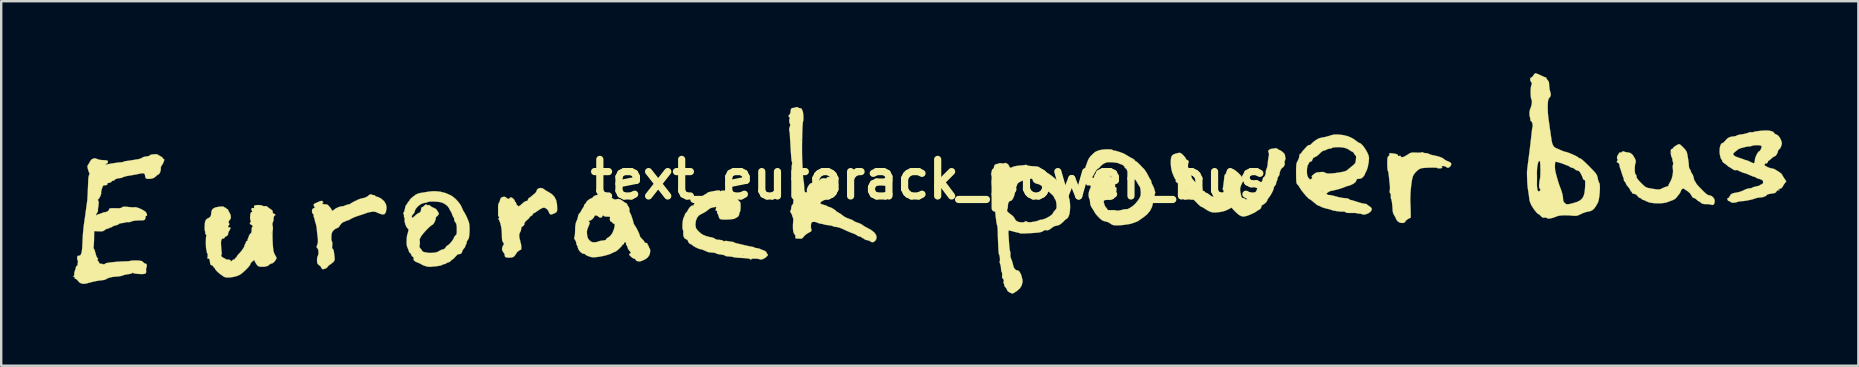
<source format=kicad_pcb>
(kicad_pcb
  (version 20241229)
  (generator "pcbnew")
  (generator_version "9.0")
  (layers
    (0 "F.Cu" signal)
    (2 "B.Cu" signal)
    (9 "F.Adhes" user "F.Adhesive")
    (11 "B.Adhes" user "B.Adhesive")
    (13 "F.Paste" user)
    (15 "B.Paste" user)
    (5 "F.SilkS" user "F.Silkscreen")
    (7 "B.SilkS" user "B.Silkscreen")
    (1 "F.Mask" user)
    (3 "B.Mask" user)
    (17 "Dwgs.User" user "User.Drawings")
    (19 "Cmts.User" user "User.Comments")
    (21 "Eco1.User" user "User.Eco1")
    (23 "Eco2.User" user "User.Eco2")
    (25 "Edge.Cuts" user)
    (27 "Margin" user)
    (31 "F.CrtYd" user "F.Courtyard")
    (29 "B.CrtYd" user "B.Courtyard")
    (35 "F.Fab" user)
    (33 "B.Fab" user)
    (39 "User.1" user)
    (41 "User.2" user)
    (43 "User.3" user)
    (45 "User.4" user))
  (footprint "text_eurorack_power_bus"
    (layer "F.Cu")
    (at 35.699 4.427)
    (property "Reference" "text_eurorack_power_bus" (at 0 0 0) (layer "F.SilkS") (effects (font (size 1.524 1.524) (thickness 0.3))))
    (attr through_hole)
    (fp_poly (pts (xy 35.373 0.468) (xy 35.359 0.481) (xy 35.346 0.468) (xy 35.359 0.455) (xy 35.373 0.468)) (stroke (width 0.01) (type solid)) (fill yes) (layer "F.SilkS"))
    (fp_poly (pts (xy 35.426 0.441) (xy 35.413 0.455) (xy 35.4 0.441) (xy 35.413 0.428) (xy 35.426 0.441)) (stroke (width 0.01) (type solid)) (fill yes) (layer "F.SilkS"))
    (fp_poly (pts (xy 20.546 -1.125) (xy 20.582 -1.106) (xy 20.649 -1.097) (xy 20.664 -1.096) (xy 20.738 -1.088) (xy 20.79 -1.069) (xy 20.795 -1.065) (xy 20.839 -1.042) (xy 20.912 -1.02) (xy 20.94 -1.014) (xy 21.119 -0.976) (xy 21.266 -0.933) (xy 21.373 -0.886) (xy 21.435 -0.84) (xy 21.441 -0.832) (xy 21.474 -0.809) (xy 21.54 -0.777) (xy 21.59 -0.756) (xy 21.684 -0.712) (xy 21.727 -0.663) (xy 21.723 -0.603) (xy 21.692 -0.55) (xy 21.629 -0.493) (xy 21.564 -0.489) (xy 21.514 -0.521) (xy 21.46 -0.551) (xy 21.393 -0.561) (xy 21.338 -0.549) (xy 21.323 -0.535) (xy 21.326 -0.51) (xy 21.336 -0.508) (xy 21.356 -0.494) (xy 21.353 -0.487) (xy 21.32 -0.47) (xy 21.263 -0.461) (xy 21.201 -0.46) (xy 21.157 -0.469) (xy 21.149 -0.479) (xy 21.124 -0.488) (xy 21.058 -0.493) (xy 20.962 -0.494) (xy 20.848 -0.493) (xy 20.727 -0.488) (xy 20.612 -0.481) (xy 20.514 -0.471) (xy 20.481 -0.466) (xy 20.4 -0.432) (xy 20.308 -0.364) (xy 20.221 -0.275) (xy 20.153 -0.179) (xy 20.137 -0.147) (xy 20.11 -0.061) (xy 20.084 0.067) (xy 20.062 0.225) (xy 20.043 0.402) (xy 20.03 0.587) (xy 20.022 0.768) (xy 20.022 0.933) (xy 20.026 1.016) (xy 20.032 1.137) (xy 20.036 1.279) (xy 20.038 1.39) (xy 20.039 1.591) (xy 19.947 1.637) (xy 19.88 1.679) (xy 19.833 1.724) (xy 19.829 1.73) (xy 19.794 1.78) (xy 19.774 1.798) (xy 19.711 1.815) (xy 19.629 1.81) (xy 19.558 1.786) (xy 19.479 1.728) (xy 19.434 1.658) (xy 19.424 1.63) (xy 19.393 1.562) (xy 19.348 1.49) (xy 19.348 1.49) (xy 19.305 1.401) (xy 19.288 1.302) (xy 19.28 1.156) (xy 19.267 1.023) (xy 19.252 0.913) (xy 19.235 0.839) (xy 19.224 0.815) (xy 19.209 0.768) (xy 19.213 0.703) (xy 19.211 0.62) (xy 19.187 0.582) (xy 19.159 0.529) (xy 19.167 0.464) (xy 19.175 0.399) (xy 19.175 0.302) (xy 19.166 0.201) (xy 19.151 0.069) (xy 19.136 -0.076) (xy 19.127 -0.168) (xy 19.115 -0.261) (xy 19.1 -0.331) (xy 19.086 -0.363) (xy 19.086 -0.363) (xy 19.077 -0.394) (xy 19.069 -0.467) (xy 19.064 -0.569) (xy 19.063 -0.655) (xy 19.064 -0.782) (xy 19.069 -0.866) (xy 19.078 -0.919) (xy 19.095 -0.95) (xy 19.117 -0.971) (xy 19.156 -1.02) (xy 19.153 -1.056) (xy 19.148 -1.084) (xy 19.17 -1.095) (xy 19.23 -1.091) (xy 19.253 -1.088) (xy 19.384 -1.069) (xy 19.466 -1.048) (xy 19.505 -1.023) (xy 19.507 -0.999) (xy 19.509 -0.974) (xy 19.549 -0.976) (xy 19.559 -0.978) (xy 19.609 -0.982) (xy 19.625 -0.967) (xy 19.644 -0.929) (xy 19.698 -0.925) (xy 19.781 -0.955) (xy 19.887 -1.017) (xy 19.888 -1.017) (xy 19.972 -1.072) (xy 20.033 -1.104) (xy 20.093 -1.118) (xy 20.169 -1.12) (xy 20.265 -1.115) (xy 20.368 -1.113) (xy 20.45 -1.117) (xy 20.498 -1.126) (xy 20.502 -1.129) (xy 20.535 -1.137) (xy 20.546 -1.125)) (stroke (width 0.01) (type solid)) (fill yes) (layer "F.SilkS"))
    (fp_poly (pts (xy -16.189 0.359) (xy -16.118 0.382) (xy -16.07 0.413) (xy -16.069 0.414) (xy -16.027 0.447) (xy -15.957 0.49) (xy -15.917 0.51) (xy -15.763 0.604) (xy -15.65 0.717) (xy -15.576 0.858) (xy -15.538 1.031) (xy -15.53 1.234) (xy -15.536 1.31) (xy -15.554 1.355) (xy -15.6 1.389) (xy -15.655 1.417) (xy -15.751 1.455) (xy -15.815 1.456) (xy -15.855 1.419) (xy -15.871 1.371) (xy -15.908 1.293) (xy -15.972 1.225) (xy -16.044 1.183) (xy -16.08 1.177) (xy -16.125 1.183) (xy -16.179 1.204) (xy -16.251 1.246) (xy -16.352 1.314) (xy -16.375 1.33) (xy -16.447 1.378) (xy -16.503 1.409) (xy -16.525 1.417) (xy -16.547 1.439) (xy -16.55 1.458) (xy -16.572 1.497) (xy -16.617 1.524) (xy -16.667 1.554) (xy -16.685 1.583) (xy -16.705 1.619) (xy -16.755 1.667) (xy -16.778 1.684) (xy -16.86 1.762) (xy -16.901 1.841) (xy -16.903 1.887) (xy -16.92 1.918) (xy -16.964 1.947) (xy -17.015 1.986) (xy -17.031 2.05) (xy -17.031 2.063) (xy -17.044 2.138) (xy -17.072 2.193) (xy -17.105 2.263) (xy -17.114 2.36) (xy -17.099 2.463) (xy -17.088 2.495) (xy -17.071 2.556) (xy -17.071 2.593) (xy -17.066 2.621) (xy -17.06 2.625) (xy -17.046 2.653) (xy -17.035 2.715) (xy -17.027 2.792) (xy -17.024 2.864) (xy -17.029 2.912) (xy -17.033 2.921) (xy -17.063 2.936) (xy -17.119 2.966) (xy -17.125 2.969) (xy -17.189 3.02) (xy -17.245 3.095) (xy -17.253 3.11) (xy -17.301 3.183) (xy -17.358 3.232) (xy -17.368 3.236) (xy -17.453 3.256) (xy -17.548 3.261) (xy -17.635 3.252) (xy -17.692 3.229) (xy -17.699 3.223) (xy -17.718 3.177) (xy -17.714 3.156) (xy -17.718 3.119) (xy -17.751 3.063) (xy -17.767 3.042) (xy -17.815 2.972) (xy -17.828 2.907) (xy -17.824 2.866) (xy -17.802 2.79) (xy -17.771 2.732) (xy -17.77 2.731) (xy -17.747 2.694) (xy -17.757 2.657) (xy -17.782 2.624) (xy -17.807 2.585) (xy -17.822 2.533) (xy -17.83 2.456) (xy -17.833 2.342) (xy -17.833 2.3) (xy -17.841 2.139) (xy -17.862 1.981) (xy -17.894 1.84) (xy -17.933 1.729) (xy -17.967 1.672) (xy -17.975 1.629) (xy -17.96 1.608) (xy -17.942 1.575) (xy -17.962 1.554) (xy -17.989 1.512) (xy -17.992 1.481) (xy -17.991 1.431) (xy -17.99 1.344) (xy -17.992 1.239) (xy -17.992 1.222) (xy -17.991 1.103) (xy -17.981 1.026) (xy -17.961 0.98) (xy -17.955 0.973) (xy -17.921 0.913) (xy -17.914 0.871) (xy -17.894 0.806) (xy -17.882 0.789) (xy -17.7 0.789) (xy -17.686 0.802) (xy -17.673 0.789) (xy -17.686 0.775) (xy -17.7 0.789) (xy -17.882 0.789) (xy -17.865 0.766) (xy -17.802 0.732) (xy -17.73 0.723) (xy -17.671 0.741) (xy -17.654 0.758) (xy -17.617 0.792) (xy -17.567 0.81) (xy -17.526 0.807) (xy -17.513 0.786) (xy -17.491 0.755) (xy -17.464 0.749) (xy -17.407 0.768) (xy -17.347 0.814) (xy -17.306 0.868) (xy -17.299 0.897) (xy -17.285 0.932) (xy -17.274 0.936) (xy -17.252 0.959) (xy -17.232 1.014) (xy -17.232 1.016) (xy -17.213 1.067) (xy -17.191 1.082) (xy -17.19 1.081) (xy -17.167 1.086) (xy -17.165 1.095) (xy -17.149 1.121) (xy -17.107 1.11) (xy -17.062 1.076) (xy -16.948 0.975) (xy -16.865 0.915) (xy -16.812 0.898) (xy -16.804 0.899) (xy -16.769 0.889) (xy -16.749 0.845) (xy -16.728 0.793) (xy -16.708 0.775) (xy -16.672 0.759) (xy -16.634 0.729) (xy -16.582 0.683) (xy -16.51 0.625) (xy -16.487 0.607) (xy -16.428 0.553) (xy -16.394 0.502) (xy -16.39 0.486) (xy -16.366 0.421) (xy -16.305 0.374) (xy -16.224 0.356) (xy -16.189 0.359)) (stroke (width 0.01) (type solid)) (fill yes) (layer "F.SilkS"))
    (fp_poly (pts (xy -23.282 0.624) (xy -23.261 0.636) (xy -23.204 0.655) (xy -23.172 0.653) (xy -23.132 0.661) (xy -23.118 0.68) (xy -23.082 0.714) (xy -23.045 0.722) (xy -22.992 0.736) (xy -22.915 0.772) (xy -22.859 0.805) (xy -22.738 0.912) (xy -22.664 1.04) (xy -22.64 1.185) (xy -22.666 1.343) (xy -22.686 1.397) (xy -22.733 1.449) (xy -22.813 1.459) (xy -22.925 1.427) (xy -22.98 1.403) (xy -23.079 1.36) (xy -23.156 1.342) (xy -23.235 1.346) (xy -23.242 1.347) (xy -23.341 1.363) (xy -23.409 1.377) (xy -23.466 1.395) (xy -23.506 1.411) (xy -23.564 1.432) (xy -23.656 1.463) (xy -23.766 1.498) (xy -23.804 1.51) (xy -23.921 1.55) (xy -24.031 1.594) (xy -24.113 1.635) (xy -24.129 1.645) (xy -24.2 1.686) (xy -24.262 1.709) (xy -24.277 1.711) (xy -24.327 1.724) (xy -24.344 1.738) (xy -24.382 1.761) (xy -24.408 1.765) (xy -24.462 1.786) (xy -24.526 1.841) (xy -24.585 1.916) (xy -24.609 1.957) (xy -24.657 2.008) (xy -24.704 2.028) (xy -24.763 2.053) (xy -24.83 2.103) (xy -24.849 2.121) (xy -24.896 2.18) (xy -24.923 2.242) (xy -24.937 2.33) (xy -24.94 2.373) (xy -24.942 2.49) (xy -24.928 2.564) (xy -24.919 2.579) (xy -24.899 2.641) (xy -24.905 2.749) (xy -24.905 2.749) (xy -24.912 2.833) (xy -24.904 2.878) (xy -24.883 2.895) (xy -24.854 2.934) (xy -24.834 3.019) (xy -24.83 3.053) (xy -24.819 3.154) (xy -24.807 3.247) (xy -24.802 3.281) (xy -24.807 3.365) (xy -24.857 3.443) (xy -24.955 3.521) (xy -24.992 3.544) (xy -25.054 3.589) (xy -25.091 3.634) (xy -25.094 3.64) (xy -25.127 3.68) (xy -25.189 3.713) (xy -25.191 3.714) (xy -25.261 3.737) (xy -25.3 3.74) (xy -25.328 3.724) (xy -25.341 3.711) (xy -25.37 3.666) (xy -25.373 3.649) (xy -25.394 3.615) (xy -25.44 3.583) (xy -25.495 3.538) (xy -25.523 3.494) (xy -25.536 3.418) (xy -25.537 3.327) (xy -25.527 3.246) (xy -25.508 3.197) (xy -25.482 3.135) (xy -25.474 3.047) (xy -25.481 2.958) (xy -25.504 2.889) (xy -25.515 2.876) (xy -25.551 2.834) (xy -25.556 2.797) (xy -25.533 2.741) (xy -25.526 2.727) (xy -25.501 2.631) (xy -25.5 2.49) (xy -25.519 2.339) (xy -25.531 2.248) (xy -25.541 2.137) (xy -25.544 2.085) (xy -25.557 1.976) (xy -25.582 1.867) (xy -25.595 1.825) (xy -25.618 1.758) (xy -25.627 1.717) (xy -25.626 1.711) (xy -25.627 1.69) (xy -25.645 1.636) (xy -25.653 1.617) (xy -25.675 1.546) (xy -25.68 1.493) (xy -25.678 1.487) (xy -25.687 1.448) (xy -25.706 1.435) (xy -25.738 1.395) (xy -25.748 1.324) (xy -25.74 1.255) (xy -25.709 1.217) (xy -25.675 1.201) (xy -25.632 1.176) (xy -25.63 1.155) (xy -25.63 1.155) (xy -25.667 1.109) (xy -25.676 1.055) (xy -25.659 1.023) (xy -25.618 0.999) (xy -25.546 0.965) (xy -25.483 0.938) (xy -25.4 0.905) (xy -25.349 0.894) (xy -25.317 0.903) (xy -25.3 0.917) (xy -25.276 0.953) (xy -25.295 0.977) (xy -25.315 0.983) (xy -25.306 0.963) (xy -25.299 0.94) (xy -25.317 0.947) (xy -25.336 0.978) (xy -25.315 1.009) (xy -25.265 1.033) (xy -25.198 1.039) (xy -25.196 1.039) (xy -25.113 1.048) (xy -25.061 1.088) (xy -24.991 1.171) (xy -24.95 1.222) (xy -24.933 1.248) (xy -24.934 1.256) (xy -24.938 1.257) (xy -24.939 1.271) (xy -24.924 1.288) (xy -24.891 1.303) (xy -24.847 1.278) (xy -24.832 1.264) (xy -24.746 1.204) (xy -24.637 1.154) (xy -24.531 1.125) (xy -24.494 1.122) (xy -24.417 1.108) (xy -24.357 1.083) (xy -24.286 1.054) (xy -24.232 1.044) (xy -24.168 1.028) (xy -24.139 1.009) (xy -24.093 0.977) (xy -24.022 0.938) (xy -23.996 0.925) (xy -23.912 0.885) (xy -23.837 0.848) (xy -23.823 0.841) (xy -23.751 0.813) (xy -23.663 0.79) (xy -23.649 0.788) (xy -23.527 0.757) (xy -23.433 0.707) (xy -23.374 0.659) (xy -23.323 0.623) (xy -23.282 0.624)) (stroke (width 0.01) (type solid)) (fill yes) (layer "F.SilkS"))
    (fp_poly (pts (xy -8.769 0.463) (xy -8.747 0.475) (xy -8.74 0.485) (xy -8.721 0.502) (xy -8.717 0.493) (xy -8.692 0.476) (xy -8.63 0.468) (xy -8.603 0.468) (xy -8.496 0.478) (xy -8.415 0.498) (xy -8.373 0.523) (xy -8.369 0.534) (xy -8.345 0.552) (xy -8.287 0.57) (xy -8.271 0.574) (xy -8.187 0.603) (xy -8.116 0.661) (xy -8.048 0.759) (xy -8.019 0.81) (xy -7.977 0.877) (xy -7.937 0.92) (xy -7.926 0.927) (xy -7.905 0.95) (xy -7.892 1.006) (xy -7.888 1.105) (xy -7.887 1.138) (xy -7.891 1.235) (xy -7.9 1.31) (xy -7.912 1.349) (xy -7.914 1.35) (xy -7.935 1.387) (xy -7.941 1.427) (xy -7.96 1.505) (xy -8.008 1.564) (xy -8.048 1.583) (xy -8.1 1.61) (xy -8.115 1.624) (xy -8.152 1.64) (xy -8.23 1.654) (xy -8.333 1.664) (xy -8.447 1.671) (xy -8.56 1.672) (xy -8.657 1.667) (xy -8.685 1.664) (xy -8.74 1.65) (xy -8.773 1.616) (xy -8.796 1.549) (xy -8.8 1.534) (xy -8.823 1.464) (xy -8.846 1.422) (xy -8.855 1.417) (xy -8.868 1.396) (xy -8.863 1.364) (xy -8.861 1.321) (xy -8.89 1.31) (xy -8.919 1.3) (xy -8.922 1.26) (xy -8.916 1.226) (xy -8.898 1.143) (xy -9.025 1.162) (xy -9.151 1.2) (xy -9.235 1.261) (xy -9.31 1.321) (xy -9.405 1.381) (xy -9.451 1.405) (xy -9.538 1.45) (xy -9.611 1.495) (xy -9.639 1.516) (xy -9.706 1.607) (xy -9.751 1.729) (xy -9.768 1.866) (xy -9.766 1.919) (xy -9.754 1.995) (xy -9.731 2.055) (xy -9.685 2.115) (xy -9.615 2.186) (xy -9.532 2.258) (xy -9.444 2.313) (xy -9.337 2.357) (xy -9.199 2.395) (xy -9.064 2.423) (xy -8.994 2.449) (xy -8.955 2.475) (xy -8.895 2.506) (xy -8.848 2.514) (xy -8.756 2.519) (xy -8.675 2.533) (xy -8.618 2.551) (xy -8.599 2.571) (xy -8.6 2.574) (xy -8.598 2.587) (xy -8.569 2.574) (xy -8.496 2.561) (xy -8.412 2.574) (xy -8.329 2.59) (xy -8.262 2.598) (xy -8.25 2.598) (xy -8.19 2.609) (xy -8.166 2.622) (xy -8.123 2.643) (xy -8.049 2.665) (xy -8.018 2.672) (xy -7.927 2.692) (xy -7.813 2.719) (xy -7.727 2.741) (xy -7.617 2.766) (xy -7.511 2.788) (xy -7.446 2.799) (xy -7.372 2.813) (xy -7.321 2.832) (xy -7.314 2.837) (xy -7.269 2.856) (xy -7.224 2.861) (xy -7.154 2.872) (xy -7.076 2.898) (xy -6.987 2.935) (xy -6.905 2.968) (xy -6.847 2.997) (xy -6.818 3.026) (xy -6.818 3.029) (xy -6.801 3.069) (xy -6.775 3.105) (xy -6.751 3.137) (xy -6.756 3.167) (xy -6.794 3.209) (xy -6.82 3.233) (xy -6.905 3.295) (xy -6.992 3.331) (xy -7.064 3.336) (xy -7.087 3.328) (xy -7.132 3.314) (xy -7.204 3.304) (xy -7.287 3.299) (xy -7.364 3.3) (xy -7.418 3.306) (xy -7.433 3.316) (xy -7.449 3.341) (xy -7.487 3.328) (xy -7.505 3.313) (xy -7.542 3.3) (xy -7.621 3.288) (xy -7.73 3.278) (xy -7.83 3.273) (xy -7.957 3.266) (xy -8.071 3.256) (xy -8.157 3.244) (xy -8.195 3.235) (xy -8.267 3.218) (xy -8.359 3.209) (xy -8.382 3.208) (xy -8.457 3.203) (xy -8.506 3.191) (xy -8.514 3.185) (xy -8.542 3.168) (xy -7.78 3.168) (xy -7.767 3.182) (xy -7.754 3.168) (xy -7.767 3.155) (xy -7.78 3.168) (xy -8.542 3.168) (xy -8.553 3.162) (xy -8.635 3.14) (xy -8.75 3.122) (xy -8.791 3.118) (xy -8.862 3.103) (xy -8.909 3.079) (xy -8.91 3.079) (xy -8.953 3.061) (xy -9.029 3.05) (xy -9.084 3.048) (xy -9.234 3.029) (xy -9.352 2.981) (xy -9.433 2.943) (xy -9.501 2.919) (xy -9.527 2.914) (xy -9.587 2.901) (xy -9.673 2.869) (xy -9.765 2.825) (xy -9.844 2.78) (xy -9.89 2.744) (xy -9.934 2.708) (xy -9.959 2.7) (xy -10.006 2.679) (xy -10.052 2.628) (xy -10.079 2.571) (xy -10.08 2.558) (xy -10.103 2.519) (xy -10.148 2.497) (xy -10.218 2.454) (xy -10.263 2.373) (xy -10.276 2.268) (xy -10.274 2.239) (xy -10.272 2.164) (xy -10.285 2.11) (xy -10.289 2.105) (xy -10.303 2.058) (xy -10.309 1.975) (xy -10.307 1.872) (xy -10.299 1.765) (xy -10.285 1.671) (xy -10.265 1.606) (xy -10.26 1.596) (xy -10.224 1.523) (xy -10.204 1.464) (xy -10.183 1.411) (xy -10.16 1.39) (xy -10.134 1.368) (xy -10.098 1.312) (xy -10.076 1.269) (xy -10.029 1.192) (xy -9.97 1.129) (xy -9.911 1.09) (xy -9.864 1.084) (xy -9.854 1.091) (xy -9.841 1.091) (xy -9.843 1.083) (xy -9.835 1.045) (xy -9.806 0.989) (xy -9.769 0.937) (xy -9.737 0.91) (xy -9.733 0.909) (xy -9.706 0.892) (xy -9.651 0.847) (xy -9.583 0.785) (xy -9.501 0.714) (xy -9.419 0.655) (xy -9.365 0.624) (xy -9.307 0.594) (xy -9.278 0.567) (xy -9.278 0.564) (xy -9.254 0.547) (xy -9.191 0.526) (xy -9.111 0.508) (xy -8.969 0.481) (xy -8.871 0.465) (xy -8.807 0.459) (xy -8.769 0.463)) (stroke (width 0.01) (type solid)) (fill yes) (layer "F.SilkS"))
    (fp_poly (pts (xy 31.265 -1.453) (xy 31.32 -1.405) (xy 31.39 -1.337) (xy 31.403 -1.325) (xy 31.469 -1.254) (xy 31.512 -1.198) (xy 31.541 -1.14) (xy 31.562 -1.064) (xy 31.582 -0.955) (xy 31.587 -0.927) (xy 31.606 -0.803) (xy 31.621 -0.686) (xy 31.629 -0.594) (xy 31.63 -0.568) (xy 31.64 -0.486) (xy 31.666 -0.431) (xy 31.67 -0.428) (xy 31.704 -0.377) (xy 31.71 -0.348) (xy 31.727 -0.295) (xy 31.762 -0.242) (xy 31.799 -0.177) (xy 31.827 -0.09) (xy 31.832 -0.065) (xy 31.851 0.014) (xy 31.877 0.072) (xy 31.887 0.083) (xy 31.919 0.125) (xy 31.924 0.145) (xy 31.942 0.176) (xy 31.99 0.235) (xy 32.059 0.311) (xy 32.141 0.396) (xy 32.225 0.481) (xy 32.303 0.555) (xy 32.367 0.611) (xy 32.4 0.635) (xy 32.466 0.662) (xy 32.508 0.668) (xy 32.574 0.691) (xy 32.642 0.747) (xy 32.69 0.815) (xy 32.707 0.888) (xy 32.701 0.967) (xy 32.675 1.031) (xy 32.634 1.063) (xy 32.631 1.064) (xy 32.577 1.061) (xy 32.555 1.051) (xy 32.519 1.04) (xy 32.447 1.032) (xy 32.365 1.029) (xy 32.262 1.026) (xy 32.195 1.011) (xy 32.146 0.982) (xy 32.131 0.969) (xy 32.08 0.928) (xy 32.042 0.909) (xy 32.041 0.909) (xy 32.006 0.891) (xy 31.959 0.846) (xy 31.956 0.842) (xy 31.899 0.795) (xy 31.843 0.775) (xy 31.842 0.775) (xy 31.788 0.75) (xy 31.751 0.688) (xy 31.679 0.577) (xy 31.567 0.481) (xy 31.518 0.453) (xy 31.465 0.419) (xy 31.439 0.394) (xy 31.403 0.377) (xy 31.356 0.395) (xy 31.315 0.438) (xy 31.3 0.475) (xy 31.272 0.544) (xy 31.223 0.618) (xy 31.213 0.628) (xy 31.156 0.697) (xy 31.108 0.76) (xy 31.103 0.767) (xy 31.055 0.811) (xy 30.978 0.854) (xy 30.939 0.87) (xy 30.841 0.906) (xy 30.747 0.941) (xy 30.721 0.952) (xy 30.62 0.977) (xy 30.485 0.992) (xy 30.333 0.996) (xy 30.18 0.99) (xy 30.046 0.973) (xy 29.959 0.95) (xy 29.878 0.918) (xy 29.818 0.89) (xy 29.8 0.878) (xy 29.752 0.858) (xy 29.729 0.856) (xy 29.681 0.835) (xy 29.668 0.815) (xy 29.632 0.783) (xy 29.597 0.775) (xy 29.542 0.751) (xy 29.496 0.696) (xy 29.441 0.633) (xy 29.358 0.602) (xy 29.349 0.6) (xy 29.28 0.582) (xy 29.259 0.555) (xy 29.261 0.545) (xy 29.254 0.513) (xy 29.236 0.508) (xy 29.203 0.486) (xy 29.197 0.461) (xy 29.179 0.416) (xy 29.135 0.351) (xy 29.103 0.313) (xy 29.049 0.247) (xy 29.015 0.192) (xy 29.009 0.172) (xy 28.991 0.126) (xy 28.958 0.089) (xy 28.924 0.043) (xy 28.921 0.009) (xy 28.919 -0.043) (xy 28.91 -0.06) (xy 28.889 -0.103) (xy 28.862 -0.179) (xy 28.838 -0.254) (xy 28.808 -0.352) (xy 28.78 -0.438) (xy 28.763 -0.481) (xy 28.742 -0.553) (xy 28.739 -0.603) (xy 28.72 -0.661) (xy 28.676 -0.695) (xy 28.631 -0.723) (xy 28.628 -0.749) (xy 28.653 -0.78) (xy 28.677 -0.817) (xy 28.666 -0.829) (xy 28.643 -0.851) (xy 28.636 -0.902) (xy 28.645 -0.962) (xy 28.669 -1.01) (xy 28.675 -1.016) (xy 28.709 -1.062) (xy 28.715 -1.086) (xy 28.738 -1.118) (xy 28.806 -1.122) (xy 28.813 -1.121) (xy 28.84 -1.138) (xy 28.851 -1.153) (xy 28.878 -1.173) (xy 28.926 -1.162) (xy 28.942 -1.155) (xy 29.02 -1.132) (xy 29.103 -1.123) (xy 29.202 -1.097) (xy 29.292 -1.019) (xy 29.371 -0.892) (xy 29.386 -0.86) (xy 29.416 -0.78) (xy 29.42 -0.725) (xy 29.406 -0.687) (xy 29.391 -0.633) (xy 29.38 -0.544) (xy 29.376 -0.438) (xy 29.376 -0.431) (xy 29.379 -0.32) (xy 29.389 -0.25) (xy 29.409 -0.21) (xy 29.42 -0.2) (xy 29.45 -0.156) (xy 29.449 -0.126) (xy 29.45 -0.088) (xy 29.48 -0.032) (xy 29.543 0.045) (xy 29.641 0.149) (xy 29.697 0.204) (xy 29.777 0.278) (xy 29.842 0.324) (xy 29.913 0.351) (xy 30.012 0.372) (xy 30.018 0.373) (xy 30.165 0.398) (xy 30.271 0.414) (xy 30.346 0.42) (xy 30.403 0.417) (xy 30.451 0.404) (xy 30.504 0.381) (xy 30.538 0.364) (xy 30.623 0.326) (xy 30.694 0.3) (xy 30.726 0.294) (xy 30.766 0.28) (xy 30.774 0.264) (xy 30.787 0.226) (xy 30.821 0.159) (xy 30.855 0.102) (xy 30.914 -0.025) (xy 30.954 -0.175) (xy 30.972 -0.327) (xy 30.964 -0.457) (xy 30.963 -0.462) (xy 30.955 -0.545) (xy 30.969 -0.602) (xy 30.981 -0.668) (xy 30.963 -0.742) (xy 30.945 -0.806) (xy 30.944 -0.846) (xy 30.945 -0.849) (xy 30.943 -0.878) (xy 30.923 -0.907) (xy 30.9 -0.959) (xy 30.883 -1.042) (xy 30.876 -1.134) (xy 30.876 -1.136) (xy 30.908 -1.136) (xy 30.921 -1.123) (xy 30.935 -1.136) (xy 30.921 -1.15) (xy 30.908 -1.136) (xy 30.876 -1.136) (xy 30.88 -1.214) (xy 30.892 -1.252) (xy 30.924 -1.272) (xy 30.936 -1.269) (xy 30.959 -1.275) (xy 30.961 -1.289) (xy 30.983 -1.324) (xy 31.037 -1.371) (xy 31.108 -1.418) (xy 31.178 -1.455) (xy 31.233 -1.471) (xy 31.235 -1.471) (xy 31.265 -1.453)) (stroke (width 0.01) (type solid)) (fill yes) (layer "F.SilkS"))
    (fp_poly (pts (xy -13.465 0.635) (xy -13.41 0.649) (xy -13.401 0.657) (xy -13.369 0.687) (xy -13.308 0.734) (xy -13.257 0.77) (xy -13.179 0.819) (xy -13.126 0.839) (xy -13.08 0.835) (xy -13.059 0.828) (xy -12.979 0.813) (xy -12.897 0.834) (xy -12.802 0.896) (xy -12.781 0.913) (xy -12.717 0.959) (xy -12.666 0.986) (xy -12.654 0.989) (xy -12.623 1.01) (xy -12.62 1.025) (xy -12.603 1.07) (xy -12.564 1.125) (xy -12.522 1.205) (xy -12.523 1.259) (xy -12.519 1.335) (xy -12.499 1.383) (xy -12.468 1.442) (xy -12.431 1.535) (xy -12.394 1.645) (xy -12.362 1.754) (xy -12.341 1.843) (xy -12.341 1.845) (xy -12.326 1.873) (xy -12.291 1.927) (xy -12.282 1.938) (xy -12.236 2.013) (xy -12.186 2.107) (xy -12.139 2.205) (xy -12.103 2.291) (xy -12.086 2.351) (xy -12.085 2.359) (xy -12.066 2.399) (xy -12.019 2.457) (xy -11.983 2.492) (xy -11.927 2.55) (xy -11.895 2.598) (xy -11.892 2.616) (xy -11.878 2.64) (xy -11.833 2.647) (xy -11.78 2.659) (xy -11.764 2.7) (xy -11.764 2.7) (xy -11.753 2.744) (xy -11.737 2.754) (xy -11.715 2.776) (xy -11.711 2.805) (xy -11.7 2.852) (xy -11.686 2.865) (xy -11.663 2.899) (xy -11.654 2.966) (xy -11.66 3.048) (xy -11.679 3.127) (xy -11.699 3.168) (xy -11.752 3.242) (xy -11.811 3.295) (xy -11.893 3.343) (xy -11.948 3.369) (xy -12.044 3.407) (xy -12.117 3.418) (xy -12.186 3.404) (xy -12.212 3.395) (xy -12.259 3.361) (xy -12.272 3.33) (xy -12.29 3.302) (xy -12.309 3.304) (xy -12.348 3.296) (xy -12.408 3.258) (xy -12.449 3.222) (xy -12.508 3.165) (xy -12.53 3.132) (xy -12.522 3.11) (xy -12.506 3.099) (xy -12.467 3.067) (xy -12.469 3.03) (xy -12.513 2.976) (xy -12.526 2.964) (xy -12.572 2.904) (xy -12.593 2.846) (xy -12.593 2.844) (xy -12.611 2.782) (xy -12.634 2.753) (xy -12.661 2.701) (xy -12.659 2.67) (xy -12.658 2.631) (xy -12.7 2.62) (xy -12.701 2.62) (xy -12.743 2.631) (xy -12.744 2.66) (xy -12.748 2.695) (xy -12.768 2.7) (xy -12.803 2.712) (xy -12.807 2.72) (xy -12.827 2.757) (xy -12.875 2.814) (xy -12.941 2.88) (xy -13.01 2.942) (xy -13.071 2.99) (xy -13.104 3.008) (xy -13.179 3.037) (xy -13.221 3.059) (xy -13.326 3.108) (xy -13.468 3.154) (xy -13.632 3.194) (xy -13.801 3.225) (xy -13.959 3.242) (xy -14.037 3.244) (xy -14.106 3.235) (xy -14.189 3.212) (xy -14.269 3.182) (xy -14.331 3.15) (xy -14.358 3.124) (xy -14.358 3.122) (xy -14.38 3.106) (xy -14.419 3.101) (xy -14.492 3.079) (xy -14.567 3.02) (xy -14.63 2.94) (xy -14.666 2.853) (xy -14.666 2.85) (xy -14.684 2.783) (xy -14.705 2.742) (xy -14.708 2.739) (xy -14.726 2.704) (xy -14.732 2.656) (xy -14.748 2.586) (xy -14.785 2.521) (xy -14.82 2.462) (xy -14.815 2.413) (xy -14.81 2.403) (xy -14.796 2.35) (xy -14.787 2.264) (xy -14.784 2.172) (xy -14.783 2.161) (xy -14.291 2.161) (xy -14.289 2.261) (xy -14.286 2.285) (xy -14.271 2.389) (xy -14.243 2.463) (xy -14.195 2.527) (xy -14.189 2.533) (xy -14.125 2.59) (xy -14.062 2.615) (xy -13.983 2.62) (xy -13.904 2.615) (xy -13.846 2.601) (xy -13.834 2.594) (xy -13.795 2.577) (xy -13.72 2.56) (xy -13.644 2.55) (xy -13.543 2.535) (xy -13.495 2.515) (xy -13.492 2.502) (xy -13.478 2.472) (xy -13.429 2.435) (xy -13.41 2.426) (xy -13.313 2.352) (xy -13.23 2.237) (xy -13.169 2.09) (xy -13.159 2.054) (xy -13.136 1.947) (xy -13.13 1.883) (xy -13.143 1.852) (xy -13.169 1.845) (xy -13.213 1.823) (xy -13.225 1.805) (xy -13.258 1.769) (xy -13.276 1.765) (xy -13.312 1.742) (xy -13.333 1.686) (xy -13.332 1.618) (xy -13.328 1.604) (xy -13.323 1.573) (xy -13.342 1.557) (xy -13.397 1.551) (xy -13.447 1.551) (xy -13.524 1.546) (xy -13.573 1.534) (xy -13.582 1.524) (xy -13.597 1.498) (xy -13.627 1.505) (xy -13.652 1.54) (xy -13.653 1.545) (xy -13.686 1.587) (xy -13.74 1.593) (xy -13.8 1.56) (xy -13.811 1.549) (xy -13.864 1.512) (xy -13.922 1.498) (xy -13.968 1.509) (xy -13.983 1.539) (xy -14.003 1.585) (xy -14.049 1.639) (xy -14.108 1.688) (xy -14.162 1.718) (xy -14.187 1.719) (xy -14.22 1.723) (xy -14.224 1.735) (xy -14.205 1.763) (xy -14.197 1.765) (xy -14.174 1.782) (xy -14.179 1.835) (xy -14.213 1.929) (xy -14.236 1.982) (xy -14.275 2.078) (xy -14.291 2.161) (xy -14.783 2.161) (xy -14.778 1.979) (xy -14.757 1.832) (xy -14.722 1.733) (xy -14.716 1.725) (xy -14.69 1.664) (xy -14.667 1.58) (xy -14.663 1.555) (xy -14.645 1.482) (xy -14.622 1.435) (xy -14.614 1.427) (xy -14.585 1.399) (xy -14.544 1.338) (xy -14.517 1.289) (xy -14.477 1.217) (xy -14.444 1.167) (xy -14.431 1.154) (xy -14.415 1.124) (xy -14.411 1.093) (xy -14.393 1.043) (xy -14.371 1.026) (xy -14.336 0.993) (xy -14.331 0.975) (xy -14.31 0.933) (xy -14.257 0.88) (xy -14.189 0.828) (xy -14.121 0.792) (xy -14.102 0.786) (xy -14.052 0.763) (xy -14.037 0.739) (xy -14.014 0.71) (xy -13.958 0.677) (xy -13.937 0.667) (xy -13.865 0.648) (xy -13.767 0.635) (xy -13.658 0.628) (xy -13.552 0.628) (xy -13.465 0.635)) (stroke (width 0.01) (type solid)) (fill yes) (layer "F.SilkS"))
    (fp_poly (pts (xy 34.985 -2.03) (xy 35.085 -2.007) (xy 35.152 -1.976) (xy 35.173 -1.95) (xy 35.209 -1.903) (xy 35.247 -1.883) (xy 35.316 -1.85) (xy 35.355 -1.822) (xy 35.406 -1.759) (xy 35.456 -1.67) (xy 35.493 -1.578) (xy 35.507 -1.509) (xy 35.494 -1.434) (xy 35.464 -1.352) (xy 35.425 -1.283) (xy 35.387 -1.247) (xy 35.351 -1.212) (xy 35.346 -1.192) (xy 35.332 -1.129) (xy 35.298 -1.058) (xy 35.255 -0.997) (xy 35.215 -0.965) (xy 35.207 -0.963) (xy 35.162 -0.945) (xy 35.1 -0.899) (xy 35.067 -0.869) (xy 35.007 -0.815) (xy 34.96 -0.781) (xy 34.944 -0.775) (xy 34.927 -0.76) (xy 34.93 -0.752) (xy 34.923 -0.722) (xy 34.894 -0.685) (xy 34.86 -0.661) (xy 34.847 -0.662) (xy 34.809 -0.667) (xy 34.786 -0.63) (xy 34.785 -0.615) (xy 34.801 -0.571) (xy 34.825 -0.561) (xy 34.86 -0.55) (xy 34.865 -0.54) (xy 34.888 -0.523) (xy 34.944 -0.499) (xy 35.016 -0.475) (xy 35.085 -0.457) (xy 35.133 -0.45) (xy 35.138 -0.45) (xy 35.173 -0.439) (xy 35.236 -0.406) (xy 35.313 -0.359) (xy 35.392 -0.308) (xy 35.459 -0.26) (xy 35.5 -0.225) (xy 35.507 -0.214) (xy 35.52 -0.182) (xy 35.557 -0.121) (xy 35.598 -0.056) (xy 35.69 0.08) (xy 35.631 0.154) (xy 35.579 0.228) (xy 35.539 0.301) (xy 35.499 0.356) (xy 35.458 0.374) (xy 35.402 0.394) (xy 35.337 0.44) (xy 35.283 0.497) (xy 35.262 0.534) (xy 35.228 0.558) (xy 35.152 0.579) (xy 35.08 0.59) (xy 34.99 0.604) (xy 34.923 0.62) (xy 34.895 0.634) (xy 34.823 0.697) (xy 34.719 0.737) (xy 34.622 0.749) (xy 34.518 0.759) (xy 34.416 0.784) (xy 34.394 0.792) (xy 34.302 0.823) (xy 34.177 0.854) (xy 34.039 0.881) (xy 33.908 0.9) (xy 33.804 0.908) (xy 33.8 0.909) (xy 33.724 0.916) (xy 33.667 0.932) (xy 33.595 0.957) (xy 33.513 0.97) (xy 33.439 0.97) (xy 33.391 0.956) (xy 33.384 0.946) (xy 33.348 0.915) (xy 33.318 0.909) (xy 33.265 0.886) (xy 33.236 0.826) (xy 33.234 0.8) (xy 33.255 0.778) (xy 33.271 0.775) (xy 33.305 0.753) (xy 33.336 0.698) (xy 33.337 0.695) (xy 33.369 0.637) (xy 33.424 0.596) (xy 33.512 0.567) (xy 33.641 0.545) (xy 33.749 0.52) (xy 33.865 0.477) (xy 33.918 0.451) (xy 34.023 0.403) (xy 34.12 0.377) (xy 34.15 0.374) (xy 34.218 0.368) (xy 34.26 0.352) (xy 34.263 0.349) (xy 34.295 0.33) (xy 34.365 0.309) (xy 34.438 0.292) (xy 34.522 0.272) (xy 34.58 0.252) (xy 34.597 0.239) (xy 34.62 0.219) (xy 34.658 0.209) (xy 34.707 0.179) (xy 34.729 0.122) (xy 34.717 0.059) (xy 34.706 0.042) (xy 34.663 0.014) (xy 34.59 -0.015) (xy 34.558 -0.024) (xy 34.483 -0.047) (xy 34.433 -0.072) (xy 34.424 -0.08) (xy 34.385 -0.104) (xy 34.366 -0.107) (xy 34.323 -0.118) (xy 34.247 -0.146) (xy 34.156 -0.186) (xy 34.152 -0.187) (xy 34.061 -0.227) (xy 33.985 -0.256) (xy 33.94 -0.267) (xy 33.939 -0.267) (xy 33.89 -0.279) (xy 33.822 -0.309) (xy 33.814 -0.313) (xy 33.752 -0.342) (xy 33.712 -0.353) (xy 33.708 -0.353) (xy 33.689 -0.368) (xy 33.688 -0.376) (xy 33.666 -0.393) (xy 33.609 -0.388) (xy 33.541 -0.385) (xy 33.473 -0.415) (xy 33.439 -0.439) (xy 33.379 -0.482) (xy 33.337 -0.506) (xy 33.33 -0.508) (xy 33.296 -0.524) (xy 33.275 -0.541) (xy 33.17 -0.631) (xy 33.076 -0.694) (xy 33.076 -0.694) (xy 33.032 -0.738) (xy 33.02 -0.776) (xy 33.01 -0.819) (xy 32.997 -0.829) (xy 32.975 -0.853) (xy 32.951 -0.915) (xy 32.93 -1) (xy 32.921 -1.059) (xy 33.475 -1.059) (xy 33.5 -1.006) (xy 33.577 -0.955) (xy 33.707 -0.905) (xy 33.729 -0.899) (xy 33.821 -0.869) (xy 33.898 -0.842) (xy 33.935 -0.826) (xy 33.992 -0.805) (xy 34.016 -0.802) (xy 34.057 -0.791) (xy 34.128 -0.762) (xy 34.183 -0.736) (xy 34.269 -0.694) (xy 34.32 -0.675) (xy 34.347 -0.676) (xy 34.362 -0.697) (xy 34.367 -0.711) (xy 34.38 -0.77) (xy 34.384 -0.824) (xy 34.395 -0.882) (xy 34.422 -0.959) (xy 34.46 -1.04) (xy 34.501 -1.111) (xy 34.536 -1.158) (xy 34.556 -1.168) (xy 34.585 -1.183) (xy 34.618 -1.231) (xy 34.647 -1.295) (xy 34.664 -1.355) (xy 34.66 -1.392) (xy 34.659 -1.393) (xy 34.608 -1.416) (xy 34.523 -1.428) (xy 34.423 -1.429) (xy 34.327 -1.419) (xy 34.261 -1.401) (xy 34.195 -1.379) (xy 34.151 -1.373) (xy 34.146 -1.375) (xy 34.11 -1.376) (xy 34.038 -1.364) (xy 33.946 -1.343) (xy 33.85 -1.318) (xy 33.764 -1.291) (xy 33.705 -1.268) (xy 33.688 -1.258) (xy 33.661 -1.234) (xy 33.606 -1.191) (xy 33.575 -1.168) (xy 33.515 -1.117) (xy 33.479 -1.073) (xy 33.475 -1.059) (xy 32.921 -1.059) (xy 32.915 -1.093) (xy 32.911 -1.163) (xy 32.92 -1.312) (xy 32.948 -1.426) (xy 32.993 -1.498) (xy 33.052 -1.525) (xy 33.087 -1.546) (xy 33.135 -1.598) (xy 33.159 -1.63) (xy 33.256 -1.725) (xy 33.385 -1.779) (xy 33.502 -1.791) (xy 33.577 -1.805) (xy 33.622 -1.826) (xy 33.689 -1.853) (xy 33.755 -1.867) (xy 33.849 -1.879) (xy 33.952 -1.899) (xy 34.046 -1.923) (xy 34.115 -1.946) (xy 34.135 -1.958) (xy 34.185 -1.971) (xy 34.221 -1.966) (xy 34.288 -1.964) (xy 34.326 -1.976) (xy 34.375 -1.991) (xy 34.463 -2.006) (xy 34.573 -2.02) (xy 34.691 -2.031) (xy 34.802 -2.037) (xy 34.865 -2.039) (xy 34.985 -2.03)) (stroke (width 0.01) (type solid)) (fill yes) (layer "F.SilkS"))
    (fp_poly (pts (xy 7.558 -1.248) (xy 7.603 -1.234) (xy 7.607 -1.23) (xy 7.645 -1.207) (xy 7.672 -1.203) (xy 7.732 -1.194) (xy 7.824 -1.169) (xy 7.929 -1.135) (xy 8.03 -1.098) (xy 8.108 -1.063) (xy 8.119 -1.057) (xy 8.191 -1.015) (xy 8.277 -0.964) (xy 8.302 -0.949) (xy 8.381 -0.904) (xy 8.452 -0.866) (xy 8.47 -0.857) (xy 8.523 -0.82) (xy 8.546 -0.789) (xy 8.577 -0.753) (xy 8.595 -0.749) (xy 8.627 -0.73) (xy 8.684 -0.68) (xy 8.757 -0.608) (xy 8.836 -0.524) (xy 8.913 -0.438) (xy 8.978 -0.36) (xy 8.999 -0.331) (xy 9.044 -0.26) (xy 9.094 -0.168) (xy 9.115 -0.127) (xy 9.153 -0.052) (xy 9.187 0.000395) (xy 9.2 0.015) (xy 9.22 0.051) (xy 9.224 0.083) (xy 9.237 0.137) (xy 9.269 0.214) (xy 9.291 0.256) (xy 9.33 0.335) (xy 9.354 0.401) (xy 9.358 0.423) (xy 9.371 0.478) (xy 9.382 0.496) (xy 9.391 0.539) (xy 9.377 0.616) (xy 9.373 0.628) (xy 9.352 0.708) (xy 9.329 0.818) (xy 9.308 0.936) (xy 9.306 0.949) (xy 9.258 1.144) (xy 9.174 1.312) (xy 9.048 1.46) (xy 8.876 1.597) (xy 8.863 1.605) (xy 8.79 1.655) (xy 8.736 1.693) (xy 8.716 1.709) (xy 8.677 1.734) (xy 8.604 1.767) (xy 8.512 1.802) (xy 8.419 1.834) (xy 8.341 1.855) (xy 8.315 1.86) (xy 8.224 1.873) (xy 8.141 1.886) (xy 8.04 1.9) (xy 7.918 1.909) (xy 7.797 1.913) (xy 7.696 1.911) (xy 7.66 1.907) (xy 7.583 1.879) (xy 7.513 1.832) (xy 7.433 1.783) (xy 7.328 1.752) (xy 7.322 1.751) (xy 7.24 1.731) (xy 7.168 1.694) (xy 7.087 1.626) (xy 7.062 1.603) (xy 6.987 1.525) (xy 6.922 1.45) (xy 6.886 1.398) (xy 6.824 1.292) (xy 6.755 1.182) (xy 6.727 1.141) (xy 6.691 1.053) (xy 6.677 0.953) (xy 6.672 0.875) (xy 6.657 0.818) (xy 6.651 0.809) (xy 6.625 0.744) (xy 6.616 0.648) (xy 6.625 0.544) (xy 6.65 0.451) (xy 6.66 0.43) (xy 6.703 0.335) (xy 6.71 0.275) (xy 6.679 0.247) (xy 6.626 0.245) (xy 6.562 0.243) (xy 6.519 0.209) (xy 6.497 0.174) (xy 6.461 0.1) (xy 6.438 0.035) (xy 6.433 -0.022) (xy 6.436 -0.083) (xy 6.768 -0.083) (xy 6.773 -0.062) (xy 6.806 -0.058) (xy 6.847 -0.076) (xy 6.873 -0.104) (xy 6.871 -0.119) (xy 6.88 -0.144) (xy 6.921 -0.172) (xy 6.977 -0.194) (xy 7.027 -0.2) (xy 7.036 -0.198) (xy 7.081 -0.197) (xy 7.094 -0.206) (xy 7.125 -0.216) (xy 7.195 -0.224) (xy 7.29 -0.227) (xy 7.302 -0.227) (xy 7.497 -0.227) (xy 7.523 -0.137) (xy 7.566 -0.057) (xy 7.622 -0.022) (xy 7.669 0.002) (xy 7.695 0.044) (xy 7.712 0.121) (xy 7.714 0.134) (xy 7.721 0.216) (xy 7.719 0.277) (xy 7.714 0.293) (xy 7.72 0.317) (xy 7.739 0.321) (xy 7.77 0.343) (xy 7.78 0.402) (xy 7.769 0.485) (xy 7.737 0.58) (xy 7.736 0.582) (xy 7.703 0.657) (xy 7.687 0.703) (xy 7.679 0.74) (xy 7.677 0.773) (xy 7.668 0.799) (xy 7.639 0.817) (xy 7.58 0.829) (xy 7.478 0.841) (xy 7.46 0.842) (xy 7.353 0.853) (xy 7.29 0.864) (xy 7.258 0.879) (xy 7.247 0.903) (xy 7.246 0.922) (xy 7.255 0.984) (xy 7.278 1.058) (xy 7.308 1.126) (xy 7.337 1.169) (xy 7.35 1.176) (xy 7.374 1.199) (xy 7.387 1.231) (xy 7.402 1.261) (xy 7.433 1.277) (xy 7.495 1.281) (xy 7.565 1.28) (xy 7.652 1.279) (xy 7.716 1.282) (xy 7.739 1.287) (xy 7.787 1.302) (xy 7.871 1.298) (xy 7.979 1.277) (xy 8.014 1.267) (xy 8.096 1.247) (xy 8.156 1.238) (xy 8.176 1.24) (xy 8.222 1.241) (xy 8.295 1.212) (xy 8.383 1.16) (xy 8.474 1.094) (xy 8.555 1.02) (xy 8.583 0.99) (xy 8.681 0.868) (xy 8.745 0.769) (xy 8.78 0.677) (xy 8.793 0.581) (xy 8.789 0.491) (xy 8.777 0.397) (xy 8.757 0.321) (xy 8.739 0.287) (xy 8.705 0.24) (xy 8.662 0.169) (xy 8.649 0.145) (xy 8.613 0.079) (xy 8.583 0.037) (xy 8.576 0.031) (xy 8.556 0.001) (xy 8.556 -0.002) (xy 8.539 -0.039) (xy 8.509 -0.077) (xy 8.463 -0.131) (xy 8.404 -0.201) (xy 8.387 -0.223) (xy 8.33 -0.285) (xy 8.275 -0.328) (xy 8.26 -0.335) (xy 8.217 -0.371) (xy 8.208 -0.403) (xy 8.191 -0.445) (xy 8.168 -0.455) (xy 8.133 -0.474) (xy 8.128 -0.49) (xy 8.106 -0.54) (xy 8.053 -0.591) (xy 7.987 -0.628) (xy 7.962 -0.634) (xy 7.899 -0.654) (xy 7.871 -0.671) (xy 7.83 -0.686) (xy 7.75 -0.7) (xy 7.647 -0.711) (xy 7.611 -0.714) (xy 7.492 -0.719) (xy 7.409 -0.716) (xy 7.344 -0.702) (xy 7.279 -0.675) (xy 7.267 -0.67) (xy 7.185 -0.617) (xy 7.115 -0.555) (xy 7.098 -0.533) (xy 7.055 -0.48) (xy 7.018 -0.455) (xy 7.015 -0.455) (xy 6.978 -0.432) (xy 6.929 -0.372) (xy 6.875 -0.285) (xy 6.852 -0.241) (xy 6.814 -0.172) (xy 6.786 -0.128) (xy 6.768 -0.083) (xy 6.436 -0.083) (xy 6.437 -0.115) (xy 6.446 -0.229) (xy 6.459 -0.346) (xy 6.474 -0.451) (xy 6.491 -0.527) (xy 6.498 -0.548) (xy 6.52 -0.602) (xy 6.55 -0.686) (xy 6.573 -0.752) (xy 6.632 -0.88) (xy 6.708 -0.979) (xy 6.714 -0.985) (xy 6.783 -1.049) (xy 6.844 -1.107) (xy 6.858 -1.12) (xy 6.914 -1.157) (xy 6.999 -1.195) (xy 7.057 -1.214) (xy 7.148 -1.234) (xy 7.258 -1.248) (xy 7.372 -1.255) (xy 7.477 -1.255) (xy 7.558 -1.248)) (stroke (width 0.01) (type solid)) (fill yes) (layer "F.SilkS"))
    (fp_poly (pts (xy -20.405 0.511) (xy -20.175 0.57) (xy -19.968 0.662) (xy -19.89 0.71) (xy -19.761 0.816) (xy -19.644 0.943) (xy -19.551 1.074) (xy -19.505 1.168) (xy -19.471 1.251) (xy -19.438 1.316) (xy -19.425 1.337) (xy -19.38 1.407) (xy -19.326 1.51) (xy -19.273 1.626) (xy -19.228 1.739) (xy -19.201 1.823) (xy -19.187 1.924) (xy -19.181 2.06) (xy -19.185 2.205) (xy -19.195 2.334) (xy -19.207 2.42) (xy -19.225 2.476) (xy -19.251 2.513) (xy -19.252 2.515) (xy -19.292 2.578) (xy -19.304 2.632) (xy -19.314 2.689) (xy -19.331 2.714) (xy -19.354 2.752) (xy -19.357 2.778) (xy -19.376 2.827) (xy -19.421 2.884) (xy -19.424 2.888) (xy -19.471 2.949) (xy -19.491 3.011) (xy -19.491 3.013) (xy -19.514 3.069) (xy -19.568 3.107) (xy -19.632 3.113) (xy -19.64 3.11) (xy -19.671 3.123) (xy -19.723 3.168) (xy -19.772 3.221) (xy -19.832 3.286) (xy -19.881 3.33) (xy -19.904 3.342) (xy -19.939 3.362) (xy -19.966 3.396) (xy -20.013 3.438) (xy -20.051 3.449) (xy -20.112 3.467) (xy -20.142 3.489) (xy -20.201 3.523) (xy -20.236 3.529) (xy -20.287 3.539) (xy -20.304 3.552) (xy -20.34 3.572) (xy -20.414 3.592) (xy -20.511 3.61) (xy -20.616 3.623) (xy -20.641 3.624) (xy -20.727 3.632) (xy -20.803 3.642) (xy -20.868 3.642) (xy -20.958 3.628) (xy -21.003 3.616) (xy -21.088 3.588) (xy -21.155 3.558) (xy -21.176 3.545) (xy -21.224 3.516) (xy -21.3 3.481) (xy -21.341 3.466) (xy -21.446 3.418) (xy -21.502 3.37) (xy -21.516 3.315) (xy -21.511 3.292) (xy -21.512 3.245) (xy -21.549 3.222) (xy -21.593 3.187) (xy -21.603 3.153) (xy -21.624 3.099) (xy -21.657 3.069) (xy -21.699 3.026) (xy -21.71 2.994) (xy -21.722 2.945) (xy -21.752 2.876) (xy -21.759 2.86) (xy -21.788 2.786) (xy -21.802 2.693) (xy -21.803 2.567) (xy -21.798 2.464) (xy -21.791 2.379) (xy -21.783 2.329) (xy -21.782 2.326) (xy -21.766 2.275) (xy -21.744 2.199) (xy -21.739 2.181) (xy -21.725 2.11) (xy -21.732 2.069) (xy -21.762 2.041) (xy -21.805 1.989) (xy -21.845 1.904) (xy -21.875 1.806) (xy -21.89 1.717) (xy -21.887 1.671) (xy -21.885 1.616) (xy -21.899 1.59) (xy -21.91 1.566) (xy -21.588 1.566) (xy -21.577 1.593) (xy -21.557 1.596) (xy -21.518 1.569) (xy -21.452 1.51) (xy -21.448 1.506) (xy -21.375 1.446) (xy -21.312 1.404) (xy -21.276 1.391) (xy -21.233 1.365) (xy -21.205 1.288) (xy -21.196 1.212) (xy -21.185 1.17) (xy -21.173 1.164) (xy -21.144 1.155) (xy -21.095 1.119) (xy -21.084 1.109) (xy -21.025 1.059) (xy -20.986 1.046) (xy -20.952 1.064) (xy -20.943 1.072) (xy -20.911 1.086) (xy -20.895 1.07) (xy -20.868 1.062) (xy -20.83 1.094) (xy -20.773 1.138) (xy -20.695 1.177) (xy -20.679 1.182) (xy -20.606 1.218) (xy -20.554 1.263) (xy -20.547 1.274) (xy -20.508 1.339) (xy -20.483 1.374) (xy -20.462 1.413) (xy -20.475 1.458) (xy -20.491 1.484) (xy -20.53 1.532) (xy -20.561 1.551) (xy -20.582 1.573) (xy -20.587 1.604) (xy -20.6 1.674) (xy -20.631 1.756) (xy -20.671 1.831) (xy -20.712 1.879) (xy -20.726 1.886) (xy -20.776 1.917) (xy -20.849 1.977) (xy -20.933 2.058) (xy -21.021 2.151) (xy -21.104 2.244) (xy -21.172 2.33) (xy -21.216 2.397) (xy -21.229 2.432) (xy -21.245 2.459) (xy -21.251 2.46) (xy -21.261 2.483) (xy -21.26 2.542) (xy -21.256 2.573) (xy -21.251 2.659) (xy -21.26 2.732) (xy -21.265 2.746) (xy -21.274 2.796) (xy -21.25 2.849) (xy -21.222 2.885) (xy -21.176 2.944) (xy -21.147 2.989) (xy -21.144 2.995) (xy -21.114 3.016) (xy -21.051 3.034) (xy -21.029 3.037) (xy -20.961 3.047) (xy -20.92 3.056) (xy -20.916 3.058) (xy -20.887 3.062) (xy -20.819 3.063) (xy -20.735 3.061) (xy -20.606 3.048) (xy -20.507 3.017) (xy -20.462 2.992) (xy -20.394 2.953) (xy -20.344 2.93) (xy -20.333 2.927) (xy -20.249 2.904) (xy -20.191 2.86) (xy -20.178 2.833) (xy -20.144 2.782) (xy -20.115 2.764) (xy -20.058 2.727) (xy -19.987 2.659) (xy -19.917 2.575) (xy -19.861 2.492) (xy -19.837 2.44) (xy -19.803 2.372) (xy -19.761 2.327) (xy -19.759 2.326) (xy -19.734 2.305) (xy -19.72 2.268) (xy -19.713 2.202) (xy -19.711 2.095) (xy -19.712 2.079) (xy -19.715 1.964) (xy -19.724 1.887) (xy -19.742 1.833) (xy -19.772 1.787) (xy -19.775 1.784) (xy -19.812 1.724) (xy -19.822 1.675) (xy -19.821 1.669) (xy -19.825 1.619) (xy -19.847 1.583) (xy -19.883 1.523) (xy -19.907 1.457) (xy -19.932 1.385) (xy -19.962 1.336) (xy -19.995 1.284) (xy -20.032 1.211) (xy -20.037 1.199) (xy -20.095 1.115) (xy -20.19 1.037) (xy -20.303 0.976) (xy -20.389 0.949) (xy -20.494 0.932) (xy -20.613 0.923) (xy -20.732 0.92) (xy -20.834 0.924) (xy -20.904 0.936) (xy -20.917 0.941) (xy -20.987 0.966) (xy -21.057 0.977) (xy -21.153 1.001) (xy -21.254 1.058) (xy -21.348 1.136) (xy -21.422 1.225) (xy -21.464 1.313) (xy -21.47 1.35) (xy -21.488 1.396) (xy -21.534 1.449) (xy -21.537 1.452) (xy -21.585 1.514) (xy -21.588 1.566) (xy -21.91 1.566) (xy -21.916 1.553) (xy -21.912 1.531) (xy -21.914 1.477) (xy -21.927 1.454) (xy -21.943 1.408) (xy -21.929 1.383) (xy -21.901 1.33) (xy -21.887 1.283) (xy -21.865 1.18) (xy -21.85 1.119) (xy -21.837 1.086) (xy -21.825 1.071) (xy -21.798 1.039) (xy -21.766 0.983) (xy -21.733 0.931) (xy -21.706 0.909) (xy -21.706 0.909) (xy -21.686 0.887) (xy -21.684 0.871) (xy -21.664 0.837) (xy -21.611 0.782) (xy -21.536 0.719) (xy -21.522 0.708) (xy -21.42 0.635) (xy -21.333 0.592) (xy -21.24 0.567) (xy -21.208 0.562) (xy -21.097 0.545) (xy -20.965 0.523) (xy -20.871 0.507) (xy -20.642 0.489) (xy -20.405 0.511)) (stroke (width 0.01) (type solid)) (fill yes) (layer "F.SilkS"))
    (fp_poly (pts (xy 14.489 -1.272) (xy 14.533 -1.237) (xy 14.558 -1.23) (xy 14.597 -1.214) (xy 14.659 -1.175) (xy 14.695 -1.147) (xy 14.767 -1.078) (xy 14.799 -1.013) (xy 14.802 -0.986) (xy 14.808 -0.925) (xy 14.819 -0.893) (xy 14.82 -0.861) (xy 14.802 -0.801) (xy 14.797 -0.788) (xy 14.778 -0.725) (xy 14.78 -0.686) (xy 14.783 -0.683) (xy 14.794 -0.65) (xy 14.779 -0.594) (xy 14.748 -0.537) (xy 14.71 -0.498) (xy 14.699 -0.493) (xy 14.656 -0.457) (xy 14.614 -0.387) (xy 14.583 -0.303) (xy 14.572 -0.227) (xy 14.555 -0.164) (xy 14.531 -0.134) (xy 14.498 -0.081) (xy 14.49 -0.044) (xy 14.477 0.023) (xy 14.453 0.079) (xy 14.43 0.137) (xy 14.428 0.174) (xy 14.419 0.212) (xy 14.385 0.253) (xy 14.344 0.31) (xy 14.331 0.359) (xy 14.317 0.42) (xy 14.279 0.509) (xy 14.226 0.609) (xy 14.167 0.703) (xy 14.127 0.757) (xy 14.085 0.815) (xy 14.063 0.86) (xy 14.063 0.864) (xy 14.04 0.918) (xy 13.986 0.98) (xy 13.916 1.034) (xy 13.885 1.05) (xy 13.826 1.093) (xy 13.81 1.15) (xy 13.793 1.207) (xy 13.737 1.252) (xy 13.718 1.262) (xy 13.655 1.297) (xy 13.615 1.326) (xy 13.611 1.33) (xy 13.578 1.355) (xy 13.509 1.392) (xy 13.419 1.435) (xy 13.322 1.477) (xy 13.234 1.511) (xy 13.206 1.52) (xy 13.087 1.546) (xy 12.988 1.534) (xy 12.891 1.483) (xy 12.887 1.481) (xy 12.815 1.423) (xy 12.732 1.346) (xy 12.682 1.295) (xy 12.571 1.175) (xy 12.422 1.255) (xy 12.298 1.31) (xy 12.155 1.347) (xy 12.044 1.364) (xy 11.893 1.377) (xy 11.774 1.371) (xy 11.671 1.342) (xy 11.562 1.285) (xy 11.484 1.233) (xy 11.407 1.184) (xy 11.345 1.15) (xy 11.316 1.141) (xy 11.283 1.122) (xy 11.225 1.073) (xy 11.152 1.003) (xy 11.122 0.971) (xy 11.048 0.895) (xy 10.985 0.837) (xy 10.944 0.805) (xy 10.936 0.802) (xy 10.902 0.783) (xy 10.845 0.735) (xy 10.777 0.669) (xy 10.709 0.597) (xy 10.653 0.53) (xy 10.619 0.481) (xy 10.615 0.467) (xy 10.596 0.432) (xy 10.581 0.427) (xy 10.549 0.406) (xy 10.503 0.352) (xy 10.467 0.301) (xy 10.408 0.222) (xy 10.344 0.16) (xy 10.311 0.138) (xy 10.256 0.099) (xy 10.248 0.053) (xy 10.249 0.051) (xy 10.252 0.01) (xy 10.244 0) (xy 10.222 -0.023) (xy 10.188 -0.083) (xy 10.15 -0.167) (xy 10.113 -0.261) (xy 10.084 -0.351) (xy 10.077 -0.374) (xy 10.054 -0.502) (xy 10.042 -0.643) (xy 10.041 -0.78) (xy 10.053 -0.893) (xy 10.063 -0.933) (xy 10.095 -0.995) (xy 10.153 -1.041) (xy 10.244 -1.076) (xy 10.363 -1.104) (xy 10.417 -1.108) (xy 10.464 -1.091) (xy 10.522 -1.044) (xy 10.557 -1.01) (xy 10.617 -0.945) (xy 10.658 -0.89) (xy 10.668 -0.865) (xy 10.68 -0.831) (xy 10.688 -0.828) (xy 10.723 -0.813) (xy 10.759 -0.789) (xy 10.792 -0.748) (xy 10.783 -0.716) (xy 10.765 -0.668) (xy 10.756 -0.596) (xy 10.758 -0.525) (xy 10.77 -0.475) (xy 10.778 -0.466) (xy 10.794 -0.432) (xy 10.802 -0.368) (xy 10.802 -0.363) (xy 10.812 -0.292) (xy 10.838 -0.244) (xy 10.839 -0.243) (xy 10.866 -0.213) (xy 10.887 -0.164) (xy 10.909 -0.082) (xy 10.913 -0.067) (xy 10.933 -0.033) (xy 10.979 0.023) (xy 11.014 0.062) (xy 11.077 0.135) (xy 11.128 0.204) (xy 11.143 0.229) (xy 11.18 0.277) (xy 11.21 0.294) (xy 11.244 0.315) (xy 11.291 0.366) (xy 11.306 0.388) (xy 11.354 0.446) (xy 11.397 0.479) (xy 11.408 0.481) (xy 11.449 0.503) (xy 11.46 0.521) (xy 11.497 0.556) (xy 11.522 0.561) (xy 11.57 0.579) (xy 11.632 0.623) (xy 11.649 0.638) (xy 11.747 0.705) (xy 11.854 0.737) (xy 11.953 0.728) (xy 11.996 0.708) (xy 12.053 0.68) (xy 12.094 0.676) (xy 12.126 0.663) (xy 12.173 0.617) (xy 12.197 0.587) (xy 12.239 0.521) (xy 12.25 0.482) (xy 12.233 0.456) (xy 12.232 0.454) (xy 12.206 0.413) (xy 12.207 0.392) (xy 12.215 0.354) (xy 12.227 0.278) (xy 12.24 0.178) (xy 12.254 0.07) (xy 12.265 -0.031) (xy 12.272 -0.109) (xy 12.274 -0.139) (xy 12.295 -0.194) (xy 12.314 -0.215) (xy 12.347 -0.259) (xy 12.352 -0.28) (xy 12.376 -0.33) (xy 12.439 -0.38) (xy 12.529 -0.421) (xy 12.529 -0.421) (xy 12.6 -0.435) (xy 12.664 -0.415) (xy 12.689 -0.4) (xy 12.776 -0.337) (xy 12.863 -0.261) (xy 12.94 -0.183) (xy 12.996 -0.114) (xy 13.02 -0.064) (xy 13.021 -0.059) (xy 13.034 -0.01) (xy 13.051 0.006) (xy 13.068 0.031) (xy 13.055 0.068) (xy 12.991 0.197) (xy 12.95 0.295) (xy 12.931 0.373) (xy 12.929 0.446) (xy 12.941 0.528) (xy 12.941 0.531) (xy 12.965 0.646) (xy 12.983 0.718) (xy 13.001 0.756) (xy 13.024 0.772) (xy 13.051 0.775) (xy 13.115 0.794) (xy 13.144 0.814) (xy 13.172 0.833) (xy 13.207 0.829) (xy 13.262 0.798) (xy 13.309 0.768) (xy 13.38 0.717) (xy 13.43 0.676) (xy 13.445 0.659) (xy 13.47 0.628) (xy 13.519 0.58) (xy 13.532 0.568) (xy 13.582 0.516) (xy 13.608 0.475) (xy 13.609 0.469) (xy 13.626 0.427) (xy 13.657 0.386) (xy 13.707 0.321) (xy 13.762 0.233) (xy 13.814 0.137) (xy 13.855 0.05) (xy 13.875 -0.013) (xy 13.876 -0.023) (xy 13.887 -0.069) (xy 13.902 -0.08) (xy 13.935 -0.103) (xy 13.968 -0.158) (xy 13.994 -0.226) (xy 14.003 -0.285) (xy 14.001 -0.298) (xy 14.004 -0.355) (xy 14.028 -0.427) (xy 14.032 -0.435) (xy 14.059 -0.513) (xy 14.078 -0.614) (xy 14.083 -0.668) (xy 14.093 -0.782) (xy 14.11 -0.898) (xy 14.119 -0.941) (xy 14.134 -1.038) (xy 14.125 -1.104) (xy 14.116 -1.124) (xy 14.099 -1.178) (xy 14.123 -1.221) (xy 14.128 -1.225) (xy 14.19 -1.263) (xy 14.231 -1.273) (xy 14.302 -1.283) (xy 14.373 -1.296) (xy 14.446 -1.3) (xy 14.489 -1.272)) (stroke (width 0.01) (type solid)) (fill yes) (layer "F.SilkS"))
    (fp_poly (pts (xy -27.882 1.074) (xy -27.827 1.091) (xy -27.822 1.094) (xy -27.761 1.116) (xy -27.714 1.112) (xy -27.641 1.116) (xy -27.6 1.145) (xy -27.544 1.193) (xy -27.471 1.242) (xy -27.464 1.246) (xy -27.403 1.291) (xy -27.384 1.337) (xy -27.386 1.355) (xy -27.381 1.404) (xy -27.334 1.429) (xy -27.283 1.455) (xy -27.276 1.488) (xy -27.311 1.514) (xy -27.341 1.554) (xy -27.347 1.627) (xy -27.354 1.71) (xy -27.376 1.777) (xy -27.379 1.781) (xy -27.399 1.84) (xy -27.393 1.919) (xy -27.387 1.943) (xy -27.374 2.032) (xy -27.381 2.104) (xy -27.383 2.109) (xy -27.391 2.162) (xy -27.394 2.256) (xy -27.394 2.379) (xy -27.391 2.518) (xy -27.384 2.661) (xy -27.375 2.797) (xy -27.364 2.912) (xy -27.351 2.994) (xy -27.348 3.008) (xy -27.315 3.098) (xy -27.272 3.181) (xy -27.265 3.19) (xy -27.231 3.249) (xy -27.23 3.294) (xy -27.246 3.33) (xy -27.308 3.422) (xy -27.374 3.483) (xy -27.43 3.503) (xy -27.487 3.522) (xy -27.514 3.545) (xy -27.597 3.605) (xy -27.718 3.637) (xy -27.848 3.64) (xy -27.935 3.632) (xy -27.99 3.612) (xy -28.034 3.57) (xy -28.073 3.517) (xy -28.114 3.449) (xy -28.135 3.4) (xy -28.135 3.386) (xy -28.138 3.37) (xy -28.146 3.369) (xy -28.196 3.388) (xy -28.253 3.434) (xy -28.299 3.487) (xy -28.314 3.527) (xy -28.334 3.571) (xy -28.385 3.639) (xy -28.459 3.72) (xy -28.546 3.805) (xy -28.636 3.885) (xy -28.719 3.949) (xy -28.768 3.98) (xy -28.878 4.025) (xy -29.006 4.06) (xy -29.139 4.081) (xy -29.262 4.088) (xy -29.361 4.078) (xy -29.415 4.056) (xy -29.472 4.016) (xy -29.52 3.984) (xy -29.601 3.924) (xy -29.679 3.857) (xy -29.742 3.792) (xy -29.779 3.743) (xy -29.785 3.727) (xy -29.799 3.693) (xy -29.81 3.69) (xy -29.837 3.668) (xy -29.851 3.638) (xy -29.888 3.593) (xy -29.926 3.578) (xy -29.973 3.555) (xy -29.992 3.496) (xy -29.993 3.489) (xy -30.006 3.381) (xy -30.024 3.319) (xy -30.05 3.297) (xy -30.07 3.3) (xy -30.096 3.303) (xy -30.103 3.275) (xy -30.096 3.211) (xy -30.091 3.137) (xy -30.101 3.092) (xy -30.106 3.088) (xy -30.127 3.051) (xy -30.132 3.011) (xy -30.138 2.957) (xy -30.146 2.936) (xy -30.157 2.901) (xy -30.164 2.828) (xy -30.168 2.73) (xy -30.17 2.62) (xy -30.168 2.514) (xy -30.164 2.423) (xy -30.157 2.361) (xy -30.149 2.342) (xy -30.141 2.321) (xy -30.165 2.3) (xy -30.196 2.26) (xy -30.195 2.231) (xy -30.196 2.177) (xy -30.205 2.159) (xy -30.217 2.112) (xy -30.221 2.021) (xy -30.216 1.898) (xy -30.205 1.775) (xy -30.171 1.688) (xy -30.098 1.626) (xy -30.07 1.615) (xy -29.995 1.57) (xy -29.955 1.49) (xy -29.946 1.402) (xy -29.929 1.298) (xy -29.876 1.223) (xy -29.782 1.172) (xy -29.643 1.142) (xy -29.604 1.138) (xy -29.489 1.131) (xy -29.425 1.136) (xy -29.411 1.148) (xy -29.389 1.173) (xy -29.37 1.176) (xy -29.335 1.191) (xy -29.33 1.203) (xy -29.309 1.227) (xy -29.29 1.23) (xy -29.255 1.245) (xy -29.25 1.257) (xy -29.237 1.295) (xy -29.202 1.357) (xy -29.185 1.384) (xy -29.142 1.477) (xy -29.128 1.569) (xy -29.143 1.647) (xy -29.18 1.689) (xy -29.209 1.726) (xy -29.222 1.778) (xy -29.217 1.825) (xy -29.192 1.845) (xy -29.183 1.86) (xy -29.206 1.894) (xy -29.244 1.951) (xy -29.245 1.99) (xy -29.21 2) (xy -29.197 1.998) (xy -29.153 2) (xy -29.145 2.037) (xy -29.173 2.103) (xy -29.199 2.142) (xy -29.233 2.204) (xy -29.242 2.253) (xy -29.241 2.258) (xy -29.249 2.301) (xy -29.286 2.348) (xy -29.336 2.377) (xy -29.352 2.38) (xy -29.38 2.401) (xy -29.384 2.42) (xy -29.406 2.453) (xy -29.434 2.46) (xy -29.487 2.47) (xy -29.521 2.507) (xy -29.538 2.577) (xy -29.54 2.688) (xy -29.536 2.774) (xy -29.528 2.887) (xy -29.52 2.984) (xy -29.512 3.049) (xy -29.51 3.061) (xy -29.513 3.123) (xy -29.526 3.151) (xy -29.536 3.186) (xy -29.503 3.226) (xy -29.489 3.237) (xy -29.432 3.273) (xy -29.39 3.288) (xy -29.359 3.306) (xy -29.357 3.315) (xy -29.333 3.332) (xy -29.274 3.341) (xy -29.252 3.342) (xy -29.178 3.349) (xy -29.143 3.373) (xy -29.138 3.389) (xy -29.127 3.418) (xy -29.106 3.408) (xy -29.078 3.378) (xy -29.025 3.338) (xy -28.985 3.335) (xy -28.959 3.338) (xy -28.963 3.329) (xy -28.959 3.299) (xy -28.929 3.269) (xy -28.888 3.231) (xy -28.876 3.206) (xy -28.858 3.173) (xy -28.814 3.12) (xy -28.789 3.096) (xy -28.713 3.012) (xy -28.643 2.92) (xy -28.588 2.834) (xy -28.558 2.767) (xy -28.555 2.749) (xy -28.541 2.7) (xy -28.528 2.687) (xy -28.506 2.649) (xy -28.501 2.619) (xy -28.484 2.576) (xy -28.46 2.567) (xy -28.431 2.555) (xy -28.433 2.543) (xy -28.432 2.505) (xy -28.409 2.445) (xy -28.408 2.443) (xy -28.38 2.379) (xy -28.368 2.333) (xy -28.368 2.333) (xy -28.347 2.294) (xy -28.314 2.266) (xy -28.282 2.233) (xy -27.459 2.233) (xy -27.445 2.246) (xy -27.432 2.233) (xy -27.445 2.219) (xy -27.459 2.233) (xy -28.282 2.233) (xy -28.279 2.23) (xy -28.263 2.168) (xy -28.261 2.106) (xy -28.256 2.032) (xy -28.243 1.986) (xy -28.234 1.979) (xy -28.207 1.965) (xy -28.218 1.935) (xy -28.259 1.901) (xy -28.274 1.893) (xy -28.327 1.855) (xy -28.339 1.815) (xy -28.309 1.784) (xy -28.308 1.784) (xy -28.288 1.764) (xy -28.304 1.721) (xy -28.306 1.718) (xy -28.322 1.662) (xy -28.327 1.583) (xy -28.321 1.497) (xy -28.307 1.422) (xy -28.286 1.373) (xy -28.27 1.364) (xy -28.24 1.356) (xy -28.24 1.326) (xy -28.264 1.278) (xy -28.274 1.223) (xy -28.243 1.192) (xy -28.185 1.197) (xy -28.157 1.197) (xy -28.16 1.172) (xy -28.164 1.12) (xy -28.158 1.103) (xy -28.119 1.082) (xy -28.047 1.07) (xy -27.962 1.067) (xy -27.882 1.074)) (stroke (width 0.01) (type solid)) (fill yes) (layer "F.SilkS"))
    (fp_poly (pts (xy 25.265 -4.416) (xy 25.336 -4.391) (xy 25.426 -4.352) (xy 25.443 -4.343) (xy 25.536 -4.3) (xy 25.612 -4.267) (xy 25.657 -4.252) (xy 25.661 -4.252) (xy 25.692 -4.23) (xy 25.694 -4.217) (xy 25.713 -4.175) (xy 25.748 -4.137) (xy 25.789 -4.076) (xy 25.803 -4.017) (xy 25.811 -3.879) (xy 25.828 -3.752) (xy 25.852 -3.657) (xy 25.854 -3.65) (xy 25.879 -3.546) (xy 25.862 -3.463) (xy 25.822 -3.409) (xy 25.79 -3.363) (xy 25.768 -3.301) (xy 25.755 -3.213) (xy 25.75 -3.088) (xy 25.75 -2.941) (xy 25.755 -2.798) (xy 25.763 -2.679) (xy 25.777 -2.556) (xy 25.786 -2.487) (xy 25.802 -2.379) (xy 25.822 -2.239) (xy 25.844 -2.082) (xy 25.867 -1.926) (xy 25.887 -1.784) (xy 25.902 -1.674) (xy 25.906 -1.644) (xy 25.938 -1.495) (xy 25.985 -1.391) (xy 26.051 -1.326) (xy 26.079 -1.312) (xy 26.151 -1.281) (xy 26.246 -1.24) (xy 26.306 -1.213) (xy 26.388 -1.179) (xy 26.453 -1.156) (xy 26.479 -1.15) (xy 26.531 -1.139) (xy 26.612 -1.112) (xy 26.71 -1.074) (xy 26.812 -1.03) (xy 26.907 -0.985) (xy 26.982 -0.944) (xy 27.025 -0.914) (xy 27.031 -0.905) (xy 27.053 -0.887) (xy 27.087 -0.882) (xy 27.13 -0.862) (xy 27.205 -0.803) (xy 27.311 -0.707) (xy 27.445 -0.576) (xy 27.471 -0.55) (xy 27.589 -0.43) (xy 27.675 -0.34) (xy 27.736 -0.271) (xy 27.775 -0.217) (xy 27.801 -0.169) (xy 27.817 -0.118) (xy 27.83 -0.058) (xy 27.832 -0.049) (xy 27.853 0.041) (xy 27.875 0.108) (xy 27.891 0.137) (xy 27.91 0.175) (xy 27.92 0.255) (xy 27.923 0.365) (xy 27.918 0.493) (xy 27.907 0.627) (xy 27.891 0.756) (xy 27.87 0.869) (xy 27.845 0.954) (xy 27.835 0.976) (xy 27.756 1.114) (xy 27.687 1.21) (xy 27.618 1.275) (xy 27.539 1.315) (xy 27.439 1.34) (xy 27.392 1.348) (xy 27.31 1.369) (xy 27.208 1.407) (xy 27.125 1.446) (xy 27.029 1.491) (xy 26.956 1.514) (xy 26.881 1.518) (xy 26.817 1.513) (xy 26.636 1.498) (xy 26.466 1.494) (xy 26.317 1.5) (xy 26.202 1.515) (xy 26.145 1.532) (xy 26.002 1.588) (xy 25.879 1.621) (xy 25.782 1.631) (xy 25.72 1.616) (xy 25.707 1.603) (xy 25.67 1.587) (xy 25.613 1.591) (xy 25.555 1.594) (xy 25.505 1.567) (xy 25.464 1.526) (xy 25.412 1.474) (xy 25.37 1.446) (xy 25.362 1.444) (xy 25.327 1.423) (xy 25.273 1.367) (xy 25.208 1.287) (xy 25.142 1.195) (xy 25.084 1.101) (xy 25.059 1.056) (xy 25.019 0.962) (xy 24.99 0.87) (xy 24.983 0.829) (xy 24.972 0.725) (xy 24.955 0.595) (xy 24.929 0.428) (xy 24.92 0.374) (xy 24.909 0.273) (xy 24.898 0.136) (xy 24.891 -0.022) (xy 24.887 -0.184) (xy 24.886 -0.276) (xy 25.298 -0.276) (xy 25.3 -0.201) (xy 25.302 -0.09) (xy 25.301 0.033) (xy 25.3 0.08) (xy 25.299 0.256) (xy 25.311 0.386) (xy 25.333 0.469) (xy 25.366 0.502) (xy 25.41 0.485) (xy 25.429 0.465) (xy 25.45 0.426) (xy 25.427 0.394) (xy 25.421 0.39) (xy 25.394 0.338) (xy 25.388 0.239) (xy 25.404 0.095) (xy 25.427 -0.027) (xy 25.437 -0.097) (xy 25.443 -0.199) (xy 25.445 -0.32) (xy 25.445 -0.446) (xy 25.443 -0.515) (xy 26.048 -0.515) (xy 26.055 -0.414) (xy 26.066 -0.345) (xy 26.088 -0.251) (xy 26.12 -0.131) (xy 26.157 -0.000119) (xy 26.195 0.126) (xy 26.229 0.232) (xy 26.255 0.303) (xy 26.257 0.307) (xy 26.319 0.468) (xy 26.363 0.625) (xy 26.385 0.761) (xy 26.386 0.789) (xy 26.394 0.88) (xy 26.418 0.94) (xy 26.457 0.983) (xy 26.498 1.016) (xy 26.535 1.034) (xy 26.582 1.038) (xy 26.65 1.027) (xy 26.754 1.003) (xy 26.794 0.993) (xy 26.964 0.941) (xy 27.092 0.879) (xy 27.184 0.797) (xy 27.247 0.689) (xy 27.285 0.547) (xy 27.304 0.362) (xy 27.307 0.3) (xy 27.311 0.177) (xy 27.311 0.098) (xy 27.304 0.051) (xy 27.29 0.028) (xy 27.268 0.018) (xy 27.227 -0.009) (xy 27.218 -0.031) (xy 27.206 -0.073) (xy 27.176 -0.145) (xy 27.143 -0.214) (xy 27.094 -0.3) (xy 27.052 -0.347) (xy 27.006 -0.367) (xy 26.99 -0.37) (xy 26.92 -0.394) (xy 26.877 -0.43) (xy 26.824 -0.471) (xy 26.782 -0.482) (xy 26.719 -0.498) (xy 26.657 -0.535) (xy 26.599 -0.572) (xy 26.556 -0.588) (xy 26.505 -0.601) (xy 26.476 -0.614) (xy 26.423 -0.638) (xy 26.345 -0.666) (xy 26.255 -0.695) (xy 26.17 -0.719) (xy 26.105 -0.735) (xy 26.074 -0.737) (xy 26.074 -0.737) (xy 26.058 -0.694) (xy 26.05 -0.614) (xy 26.048 -0.515) (xy 25.443 -0.515) (xy 25.442 -0.566) (xy 25.436 -0.668) (xy 25.427 -0.739) (xy 25.419 -0.766) (xy 25.389 -0.771) (xy 25.36 -0.73) (xy 25.336 -0.652) (xy 25.316 -0.545) (xy 25.303 -0.417) (xy 25.298 -0.276) (xy 24.886 -0.276) (xy 24.886 -0.321) (xy 24.89 -0.371) (xy 24.9 -0.462) (xy 24.915 -0.583) (xy 24.933 -0.723) (xy 24.94 -0.775) (xy 24.965 -0.967) (xy 24.993 -1.189) (xy 25.022 -1.426) (xy 25.049 -1.66) (xy 25.073 -1.873) (xy 25.09 -2.032) (xy 25.102 -2.121) (xy 25.119 -2.2) (xy 25.123 -2.266) (xy 25.11 -2.339) (xy 25.084 -2.401) (xy 25.053 -2.432) (xy 25.047 -2.433) (xy 25.029 -2.455) (xy 25.028 -2.48) (xy 25.023 -2.54) (xy 25.009 -2.593) (xy 24.991 -2.679) (xy 24.988 -2.784) (xy 25.001 -2.876) (xy 25.004 -2.888) (xy 25.022 -2.939) (xy 25.048 -3.011) (xy 25.052 -3.021) (xy 25.081 -3.128) (xy 25.092 -3.23) (xy 25.084 -3.309) (xy 25.071 -3.337) (xy 25.054 -3.387) (xy 25.043 -3.474) (xy 25.037 -3.583) (xy 25.038 -3.7) (xy 25.045 -3.809) (xy 25.058 -3.895) (xy 25.068 -3.925) (xy 25.089 -3.988) (xy 25.083 -4.027) (xy 25.055 -4.062) (xy 25.025 -4.115) (xy 25.018 -4.177) (xy 25.032 -4.229) (xy 25.067 -4.251) (xy 25.067 -4.251) (xy 25.104 -4.272) (xy 25.146 -4.324) (xy 25.15 -4.331) (xy 25.19 -4.388) (xy 25.225 -4.421) (xy 25.228 -4.422) (xy 25.265 -4.416)) (stroke (width 0.01) (type solid)) (fill yes) (layer "F.SilkS"))
    (fp_poly (pts (xy 17.047 -1.867) (xy 17.193 -1.851) (xy 17.219 -1.848) (xy 17.419 -1.801) (xy 17.615 -1.713) (xy 17.785 -1.595) (xy 17.801 -1.58) (xy 17.854 -1.54) (xy 17.895 -1.523) (xy 17.95 -1.499) (xy 18.02 -1.436) (xy 18.095 -1.343) (xy 18.17 -1.23) (xy 18.236 -1.107) (xy 18.246 -1.085) (xy 18.278 -1.008) (xy 18.296 -0.947) (xy 18.301 -0.883) (xy 18.295 -0.798) (xy 18.284 -0.701) (xy 18.251 -0.516) (xy 18.204 -0.377) (xy 18.192 -0.353) (xy 18.154 -0.281) (xy 18.131 -0.228) (xy 18.128 -0.213) (xy 18.111 -0.178) (xy 18.07 -0.123) (xy 18.056 -0.107) (xy 17.989 -0.048) (xy 17.912 -0.028) (xy 17.886 -0.027) (xy 17.818 -0.021) (xy 17.786 0.003) (xy 17.771 0.047) (xy 17.743 0.105) (xy 17.679 0.159) (xy 17.621 0.194) (xy 17.539 0.234) (xy 17.469 0.261) (xy 17.439 0.267) (xy 17.387 0.278) (xy 17.312 0.306) (xy 17.285 0.318) (xy 17.196 0.353) (xy 17.072 0.393) (xy 16.933 0.431) (xy 16.797 0.462) (xy 16.725 0.476) (xy 16.656 0.496) (xy 16.612 0.523) (xy 16.564 0.559) (xy 16.544 0.568) (xy 16.526 0.586) (xy 16.551 0.619) (xy 16.595 0.648) (xy 16.62 0.65) (xy 16.653 0.648) (xy 16.713 0.657) (xy 16.808 0.679) (xy 16.944 0.715) (xy 17.018 0.735) (xy 17.13 0.76) (xy 17.244 0.777) (xy 17.305 0.781) (xy 17.393 0.789) (xy 17.452 0.81) (xy 17.462 0.819) (xy 17.509 0.851) (xy 17.532 0.856) (xy 17.574 0.864) (xy 17.652 0.886) (xy 17.754 0.917) (xy 17.811 0.936) (xy 17.925 0.971) (xy 18.029 0.999) (xy 18.105 1.014) (xy 18.127 1.016) (xy 18.185 1.023) (xy 18.212 1.04) (xy 18.24 1.067) (xy 18.296 1.105) (xy 18.315 1.116) (xy 18.377 1.162) (xy 18.413 1.21) (xy 18.416 1.221) (xy 18.402 1.293) (xy 18.345 1.363) (xy 18.254 1.419) (xy 18.22 1.433) (xy 18.139 1.459) (xy 18.085 1.466) (xy 18.034 1.456) (xy 17.994 1.441) (xy 17.926 1.425) (xy 17.881 1.426) (xy 17.834 1.425) (xy 17.818 1.414) (xy 17.786 1.404) (xy 17.715 1.397) (xy 17.616 1.396) (xy 17.577 1.397) (xy 17.454 1.398) (xy 17.376 1.391) (xy 17.335 1.376) (xy 17.328 1.368) (xy 17.287 1.343) (xy 17.242 1.339) (xy 17.17 1.341) (xy 17.07 1.334) (xy 16.959 1.321) (xy 16.856 1.305) (xy 16.779 1.287) (xy 16.753 1.277) (xy 16.7 1.258) (xy 16.615 1.234) (xy 16.532 1.215) (xy 16.433 1.189) (xy 16.348 1.16) (xy 16.303 1.138) (xy 16.245 1.106) (xy 16.205 1.096) (xy 16.168 1.08) (xy 16.103 1.036) (xy 16.025 0.973) (xy 16.013 0.963) (xy 15.937 0.899) (xy 15.875 0.851) (xy 15.84 0.829) (xy 15.837 0.829) (xy 15.802 0.809) (xy 15.744 0.756) (xy 15.672 0.68) (xy 15.595 0.59) (xy 15.54 0.521) (xy 16.336 0.521) (xy 16.35 0.535) (xy 16.363 0.521) (xy 16.35 0.508) (xy 16.336 0.521) (xy 15.54 0.521) (xy 15.521 0.498) (xy 15.459 0.412) (xy 15.43 0.366) (xy 15.382 0.288) (xy 15.343 0.234) (xy 15.32 0.214) (xy 15.299 0.191) (xy 15.281 0.14) (xy 15.273 0.073) (xy 15.267 -0.029) (xy 15.264 -0.154) (xy 15.263 -0.288) (xy 15.264 -0.351) (xy 15.713 -0.351) (xy 15.717 -0.242) (xy 15.733 -0.153) (xy 15.745 -0.12) (xy 15.79 -0.049) (xy 15.832 -0.007) (xy 15.846 -0.000409) (xy 15.871 -0.008) (xy 15.893 -0.016) (xy 15.928 -0.053) (xy 15.935 -0.085) (xy 15.923 -0.121) (xy 15.902 -0.118) (xy 15.901 -0.123) (xy 15.932 -0.156) (xy 15.975 -0.197) (xy 16.054 -0.254) (xy 16.229 -0.254) (xy 16.243 -0.241) (xy 16.256 -0.254) (xy 16.243 -0.267) (xy 16.229 -0.254) (xy 16.054 -0.254) (xy 16.075 -0.27) (xy 16.162 -0.297) (xy 16.162 -0.297) (xy 16.249 -0.303) (xy 16.334 -0.311) (xy 16.419 -0.306) (xy 16.468 -0.282) (xy 16.518 -0.256) (xy 16.597 -0.244) (xy 16.712 -0.246) (xy 16.867 -0.261) (xy 17.068 -0.291) (xy 17.071 -0.292) (xy 17.204 -0.315) (xy 17.296 -0.338) (xy 17.358 -0.364) (xy 17.403 -0.396) (xy 17.406 -0.399) (xy 17.451 -0.437) (xy 17.521 -0.494) (xy 17.59 -0.548) (xy 17.663 -0.611) (xy 17.718 -0.671) (xy 17.739 -0.709) (xy 17.755 -0.808) (xy 17.763 -0.897) (xy 17.763 -0.962) (xy 17.752 -0.989) (xy 17.751 -0.989) (xy 17.724 -1.011) (xy 17.69 -1.063) (xy 17.686 -1.069) (xy 17.651 -1.124) (xy 17.618 -1.149) (xy 17.616 -1.15) (xy 17.579 -1.165) (xy 17.519 -1.203) (xy 17.49 -1.225) (xy 17.367 -1.292) (xy 17.232 -1.329) (xy 17.128 -1.341) (xy 17.015 -1.345) (xy 16.907 -1.342) (xy 16.817 -1.332) (xy 16.76 -1.316) (xy 16.749 -1.307) (xy 16.714 -1.289) (xy 16.661 -1.283) (xy 16.585 -1.269) (xy 16.535 -1.244) (xy 16.469 -1.212) (xy 16.424 -1.204) (xy 16.369 -1.183) (xy 16.297 -1.127) (xy 16.254 -1.084) (xy 16.178 -1.013) (xy 16.098 -0.957) (xy 16.052 -0.935) (xy 15.982 -0.899) (xy 15.948 -0.844) (xy 15.944 -0.826) (xy 15.917 -0.765) (xy 15.878 -0.749) (xy 15.827 -0.727) (xy 15.81 -0.702) (xy 15.778 -0.64) (xy 15.76 -0.615) (xy 15.735 -0.555) (xy 15.719 -0.461) (xy 15.713 -0.351) (xy 15.264 -0.351) (xy 15.264 -0.42) (xy 15.269 -0.538) (xy 15.275 -0.629) (xy 15.284 -0.68) (xy 15.285 -0.683) (xy 15.315 -0.743) (xy 15.353 -0.818) (xy 15.356 -0.824) (xy 15.387 -0.907) (xy 15.4 -0.987) (xy 15.4 -0.991) (xy 15.413 -1.054) (xy 15.441 -1.069) (xy 15.476 -1.083) (xy 15.481 -1.095) (xy 15.497 -1.132) (xy 15.535 -1.182) (xy 15.632 -1.289) (xy 15.7 -1.362) (xy 15.746 -1.406) (xy 15.777 -1.427) (xy 15.799 -1.432) (xy 15.809 -1.429) (xy 15.853 -1.438) (xy 15.903 -1.484) (xy 15.976 -1.556) (xy 16.074 -1.631) (xy 16.174 -1.692) (xy 16.218 -1.712) (xy 16.282 -1.73) (xy 16.369 -1.748) (xy 16.394 -1.752) (xy 16.485 -1.77) (xy 16.597 -1.8) (xy 16.67 -1.823) (xy 16.763 -1.851) (xy 16.847 -1.867) (xy 16.936 -1.872) (xy 17.047 -1.867)) (stroke (width 0.01) (type solid)) (fill yes) (layer "F.SilkS"))
    (fp_poly (pts (xy -5.509 -3.001) (xy -5.442 -2.974) (xy -5.4 -2.968) (xy -5.349 -2.948) (xy -5.331 -2.921) (xy -5.308 -2.857) (xy -5.298 -2.834) (xy -5.285 -2.784) (xy -5.276 -2.702) (xy -5.27 -2.608) (xy -5.269 -2.52) (xy -5.274 -2.455) (xy -5.279 -2.435) (xy -5.29 -2.392) (xy -5.299 -2.302) (xy -5.308 -2.175) (xy -5.315 -2.016) (xy -5.32 -1.834) (xy -5.324 -1.636) (xy -5.326 -1.43) (xy -5.327 -1.224) (xy -5.325 -1.024) (xy -5.321 -0.838) (xy -5.314 -0.675) (xy -5.313 -0.655) (xy -5.305 -0.508) (xy -5.296 -0.35) (xy -5.289 -0.209) (xy -5.287 -0.171) (xy -5.28 -0.067) (xy -5.271 0.017) (xy -5.262 0.066) (xy -5.26 0.071) (xy -5.251 0.109) (xy -5.244 0.185) (xy -5.239 0.284) (xy -5.238 0.304) (xy -5.233 0.415) (xy -5.222 0.484) (xy -5.203 0.522) (xy -5.187 0.535) (xy -5.136 0.547) (xy -5.116 0.517) (xy -5.122 0.468) (xy -5.12 0.405) (xy -5.092 0.328) (xy -5.049 0.251) (xy -4.999 0.189) (xy -4.95 0.155) (xy -4.926 0.154) (xy -4.896 0.149) (xy -4.893 0.14) (xy -4.869 0.109) (xy -4.809 0.079) (xy -4.729 0.059) (xy -4.664 0.053) (xy -4.594 0.044) (xy -4.572 0.015) (xy -4.549 -0.016) (xy -4.492 -0.039) (xy -4.421 -0.049) (xy -4.362 -0.041) (xy -4.312 -0.044) (xy -4.295 -0.066) (xy -4.258 -0.1) (xy -4.194 -0.103) (xy -4.123 -0.077) (xy -4.091 -0.053) (xy -4.028 -0.014) (xy -3.973 0.001) (xy -3.923 0.024) (xy -3.873 0.093) (xy -3.858 0.121) (xy -3.824 0.195) (xy -3.815 0.245) (xy -3.827 0.291) (xy -3.84 0.32) (xy -3.874 0.375) (xy -3.903 0.401) (xy -3.906 0.401) (xy -3.928 0.422) (xy -3.93 0.435) (xy -3.949 0.477) (xy -3.984 0.515) (xy -4.025 0.566) (xy -4.037 0.607) (xy -4.058 0.662) (xy -4.108 0.724) (xy -4.17 0.777) (xy -4.226 0.802) (xy -4.231 0.802) (xy -4.281 0.813) (xy -4.36 0.842) (xy -4.428 0.872) (xy -4.523 0.925) (xy -4.565 0.971) (xy -4.554 1.009) (xy -4.49 1.041) (xy -4.433 1.056) (xy -4.351 1.079) (xy -4.289 1.105) (xy -4.274 1.116) (xy -4.219 1.146) (xy -4.192 1.15) (xy -4.145 1.164) (xy -4.075 1.198) (xy -4 1.242) (xy -3.938 1.286) (xy -3.908 1.318) (xy -3.88 1.342) (xy -3.822 1.377) (xy -3.797 1.39) (xy -3.707 1.444) (xy -3.622 1.509) (xy -3.613 1.517) (xy -3.541 1.566) (xy -3.442 1.614) (xy -3.372 1.639) (xy -3.283 1.67) (xy -3.212 1.702) (xy -3.182 1.724) (xy -3.14 1.753) (xy -3.065 1.785) (xy -3.011 1.803) (xy -2.917 1.837) (xy -2.836 1.879) (xy -2.806 1.9) (xy -2.745 1.943) (xy -2.658 1.994) (xy -2.596 2.025) (xy -2.435 2.115) (xy -2.316 2.212) (xy -2.243 2.313) (xy -2.219 2.408) (xy -2.237 2.494) (xy -2.283 2.564) (xy -2.345 2.608) (xy -2.412 2.618) (xy -2.472 2.588) (xy -2.477 2.583) (xy -2.522 2.556) (xy -2.595 2.534) (xy -2.618 2.53) (xy -2.685 2.514) (xy -2.724 2.493) (xy -2.727 2.486) (xy -2.749 2.462) (xy -2.764 2.46) (xy -2.811 2.441) (xy -2.834 2.42) (xy -2.887 2.386) (xy -2.923 2.38) (xy -2.984 2.362) (xy -3.033 2.331) (xy -3.093 2.293) (xy -3.177 2.256) (xy -3.208 2.245) (xy -3.287 2.217) (xy -3.394 2.172) (xy -3.514 2.119) (xy -3.567 2.093) (xy -3.703 2.033) (xy -3.818 1.994) (xy -3.899 1.979) (xy -3.903 1.979) (xy -3.974 1.972) (xy -4.022 1.957) (xy -4.025 1.955) (xy -4.066 1.937) (xy -4.137 1.92) (xy -4.171 1.915) (xy -4.282 1.9) (xy -4.352 1.89) (xy -4.393 1.881) (xy -4.417 1.873) (xy -4.425 1.869) (xy -4.47 1.857) (xy -4.526 1.85) (xy -4.605 1.834) (xy -4.679 1.805) (xy -4.767 1.773) (xy -4.851 1.766) (xy -4.915 1.783) (xy -4.939 1.81) (xy -4.955 1.896) (xy -4.955 2.002) (xy -4.94 2.088) (xy -4.933 2.136) (xy -4.954 2.168) (xy -5.014 2.201) (xy -5.02 2.204) (xy -5.141 2.274) (xy -5.24 2.363) (xy -5.284 2.422) (xy -5.335 2.463) (xy -5.377 2.47) (xy -5.451 2.466) (xy -5.53 2.463) (xy -5.589 2.456) (xy -5.607 2.436) (xy -5.601 2.404) (xy -5.605 2.336) (xy -5.637 2.29) (xy -5.681 2.209) (xy -5.703 2.079) (xy -5.705 1.902) (xy -5.697 1.785) (xy -5.691 1.695) (xy -5.691 1.63) (xy -5.697 1.604) (xy -5.698 1.604) (xy -5.714 1.581) (xy -5.731 1.525) (xy -5.732 1.519) (xy -5.758 1.442) (xy -5.794 1.385) (xy -5.822 1.34) (xy -5.807 1.305) (xy -5.807 1.304) (xy -5.785 1.257) (xy -5.775 1.186) (xy -5.775 1.181) (xy -5.76 1.098) (xy -5.729 1.055) (xy -5.709 1.033) (xy -5.695 0.997) (xy -5.687 0.936) (xy -5.683 0.842) (xy -5.681 0.704) (xy -5.681 0.691) (xy -5.683 0.55) (xy -5.688 0.417) (xy -5.695 0.307) (xy -5.703 0.241) (xy -5.721 0.119) (xy -5.737 -0.021) (xy -5.749 -0.169) (xy -5.756 -0.314) (xy -5.759 -0.443) (xy -5.757 -0.546) (xy -5.748 -0.611) (xy -5.744 -0.622) (xy -5.735 -0.689) (xy -5.744 -0.715) (xy -5.755 -0.759) (xy -5.767 -0.844) (xy -5.778 -0.958) (xy -5.787 -1.09) (xy -5.788 -1.096) (xy -5.797 -1.247) (xy -5.806 -1.398) (xy -5.814 -1.532) (xy -5.819 -1.618) (xy -5.823 -1.671) (xy -5.401 -1.671) (xy -5.387 -1.658) (xy -5.374 -1.671) (xy -5.387 -1.684) (xy -5.401 -1.671) (xy -5.823 -1.671) (xy -5.826 -1.725) (xy -5.83 -1.821) (xy -5.832 -1.881) (xy -5.841 -1.963) (xy -5.856 -2.021) (xy -5.863 -2.101) (xy -5.84 -2.181) (xy -5.816 -2.262) (xy -5.826 -2.31) (xy -5.826 -2.31) (xy -5.851 -2.369) (xy -5.86 -2.45) (xy -5.851 -2.521) (xy -5.843 -2.538) (xy -5.842 -2.583) (xy -5.864 -2.607) (xy -5.892 -2.634) (xy -5.882 -2.662) (xy -5.855 -2.687) (xy -5.811 -2.763) (xy -5.802 -2.835) (xy -5.789 -2.924) (xy -5.747 -2.971) (xy -5.669 -2.983) (xy -5.668 -2.983) (xy -5.61 -2.991) (xy -5.582 -3.008) (xy -5.545 -3.018) (xy -5.509 -3.001)) (stroke (width 0.01) (type solid)) (fill yes) (layer "F.SilkS"))
    (fp_poly (pts (xy 3.204 -0.668) (xy 3.262 -0.625) (xy 3.299 -0.569) (xy 3.303 -0.555) (xy 3.331 -0.497) (xy 3.381 -0.485) (xy 3.456 -0.52) (xy 3.457 -0.52) (xy 3.511 -0.54) (xy 3.602 -0.559) (xy 3.713 -0.574) (xy 3.743 -0.576) (xy 3.849 -0.586) (xy 3.934 -0.595) (xy 3.985 -0.604) (xy 3.992 -0.607) (xy 4.027 -0.603) (xy 4.051 -0.588) (xy 4.094 -0.572) (xy 4.176 -0.559) (xy 4.279 -0.551) (xy 4.303 -0.55) (xy 4.44 -0.541) (xy 4.528 -0.522) (xy 4.565 -0.502) (xy 4.623 -0.46) (xy 4.692 -0.42) (xy 4.766 -0.374) (xy 4.824 -0.324) (xy 4.868 -0.283) (xy 4.897 -0.267) (xy 4.93 -0.252) (xy 4.991 -0.211) (xy 5.069 -0.154) (xy 5.15 -0.091) (xy 5.222 -0.03) (xy 5.274 0.017) (xy 5.289 0.033) (xy 5.333 0.071) (xy 5.362 0.08) (xy 5.395 0.102) (xy 5.401 0.127) (xy 5.419 0.168) (xy 5.466 0.233) (xy 5.532 0.306) (xy 5.534 0.307) (xy 5.603 0.386) (xy 5.651 0.456) (xy 5.667 0.5) (xy 5.679 0.554) (xy 5.696 0.575) (xy 5.722 0.608) (xy 5.76 0.672) (xy 5.782 0.717) (xy 5.818 0.829) (xy 5.839 0.974) (xy 5.846 1.135) (xy 5.839 1.294) (xy 5.818 1.434) (xy 5.791 1.518) (xy 5.756 1.585) (xy 5.725 1.626) (xy 5.716 1.631) (xy 5.684 1.649) (xy 5.63 1.694) (xy 5.585 1.738) (xy 5.487 1.83) (xy 5.408 1.887) (xy 5.333 1.918) (xy 5.267 1.928) (xy 5.162 1.961) (xy 5.08 2.02) (xy 4.979 2.095) (xy 4.894 2.124) (xy 4.836 2.11) (xy 4.788 2.11) (xy 4.746 2.137) (xy 4.684 2.174) (xy 4.601 2.201) (xy 4.585 2.204) (xy 4.501 2.215) (xy 4.388 2.225) (xy 4.259 2.235) (xy 4.124 2.242) (xy 3.995 2.248) (xy 3.884 2.25) (xy 3.801 2.25) (xy 3.759 2.245) (xy 3.757 2.244) (xy 3.712 2.226) (xy 3.65 2.211) (xy 3.575 2.194) (xy 3.48 2.17) (xy 3.436 2.157) (xy 3.357 2.137) (xy 3.3 2.128) (xy 3.284 2.129) (xy 3.276 2.159) (xy 3.274 2.226) (xy 3.276 2.28) (xy 3.283 2.37) (xy 3.291 2.493) (xy 3.299 2.627) (xy 3.303 2.685) (xy 3.312 2.804) (xy 3.324 2.906) (xy 3.338 2.978) (xy 3.345 3) (xy 3.36 3.064) (xy 3.356 3.128) (xy 3.359 3.226) (xy 3.393 3.323) (xy 3.431 3.423) (xy 3.46 3.526) (xy 3.465 3.554) (xy 3.495 3.659) (xy 3.544 3.74) (xy 3.604 3.784) (xy 3.641 3.789) (xy 3.698 3.806) (xy 3.726 3.837) (xy 3.756 3.884) (xy 3.77 3.904) (xy 3.793 3.946) (xy 3.819 4.022) (xy 3.842 4.113) (xy 3.859 4.2) (xy 3.864 4.263) (xy 3.864 4.265) (xy 3.829 4.415) (xy 3.749 4.543) (xy 3.62 4.654) (xy 3.612 4.659) (xy 3.534 4.709) (xy 3.475 4.744) (xy 3.447 4.758) (xy 3.447 4.758) (xy 3.418 4.748) (xy 3.357 4.724) (xy 3.335 4.715) (xy 3.253 4.664) (xy 3.217 4.602) (xy 3.186 4.536) (xy 3.151 4.497) (xy 3.111 4.444) (xy 3.101 4.398) (xy 3.09 4.341) (xy 3.072 4.316) (xy 3.057 4.293) (xy 3.073 4.279) (xy 3.086 4.244) (xy 3.077 4.189) (xy 3.055 4.139) (xy 3.025 4.117) (xy 3.013 4.094) (xy 3.011 4.034) (xy 3.014 4.001) (xy 3.016 3.918) (xy 3.002 3.87) (xy 2.998 3.865) (xy 2.98 3.83) (xy 2.969 3.761) (xy 2.968 3.727) (xy 2.959 3.628) (xy 2.936 3.533) (xy 2.929 3.516) (xy 2.91 3.453) (xy 2.91 3.414) (xy 2.913 3.41) (xy 2.923 3.377) (xy 2.923 3.313) (xy 2.916 3.237) (xy 2.903 3.169) (xy 2.887 3.129) (xy 2.884 3.127) (xy 2.875 3.095) (xy 2.866 3.015) (xy 2.857 2.892) (xy 2.849 2.73) (xy 2.841 2.536) (xy 2.834 2.313) (xy 2.83 2.139) (xy 2.826 2.038) (xy 2.817 1.958) (xy 2.806 1.913) (xy 2.805 1.911) (xy 2.794 1.875) (xy 2.78 1.799) (xy 2.764 1.697) (xy 2.749 1.582) (xy 2.737 1.468) (xy 2.728 1.368) (xy 2.725 1.296) (xy 2.725 1.292) (xy 3.214 1.292) (xy 3.226 1.331) (xy 3.272 1.377) (xy 3.283 1.387) (xy 3.358 1.447) (xy 3.43 1.501) (xy 3.437 1.507) (xy 3.496 1.566) (xy 3.532 1.628) (xy 3.573 1.694) (xy 3.63 1.745) (xy 3.697 1.771) (xy 3.78 1.787) (xy 3.865 1.79) (xy 3.931 1.781) (xy 3.964 1.758) (xy 3.983 1.739) (xy 4.026 1.752) (xy 4.045 1.762) (xy 4.093 1.781) (xy 4.15 1.786) (xy 4.234 1.779) (xy 4.31 1.767) (xy 4.409 1.748) (xy 4.487 1.728) (xy 4.529 1.711) (xy 4.531 1.71) (xy 4.576 1.69) (xy 4.618 1.684) (xy 4.701 1.671) (xy 4.801 1.637) (xy 4.906 1.587) (xy 5.003 1.53) (xy 5.081 1.471) (xy 5.127 1.419) (xy 5.134 1.396) (xy 5.15 1.366) (xy 5.192 1.315) (xy 5.212 1.293) (xy 5.255 1.243) (xy 5.277 1.197) (xy 5.283 1.137) (xy 5.279 1.042) (xy 5.278 1.039) (xy 5.266 0.944) (xy 5.248 0.872) (xy 5.231 0.842) (xy 5.198 0.797) (xy 5.179 0.747) (xy 5.165 0.715) (xy 5.134 0.674) (xy 5.081 0.621) (xy 5.001 0.549) (xy 4.89 0.456) (xy 4.744 0.336) (xy 4.683 0.288) (xy 4.605 0.233) (xy 4.534 0.197) (xy 4.496 0.188) (xy 4.431 0.173) (xy 4.365 0.138) (xy 4.314 0.093) (xy 4.293 0.051) (xy 4.295 0.041) (xy 4.285 0.002) (xy 4.251 -0.027) (xy 4.196 -0.043) (xy 4.149 -0.018) (xy 4.147 -0.015) (xy 4.088 0.013) (xy 4.005 0.026) (xy 3.992 0.027) (xy 3.903 0.039) (xy 3.809 0.072) (xy 3.724 0.117) (xy 3.661 0.167) (xy 3.636 0.214) (xy 3.636 0.215) (xy 3.622 0.266) (xy 3.607 0.282) (xy 3.59 0.32) (xy 3.594 0.387) (xy 3.596 0.466) (xy 3.57 0.508) (xy 3.538 0.56) (xy 3.529 0.606) (xy 3.518 0.67) (xy 3.488 0.747) (xy 3.45 0.82) (xy 3.412 0.87) (xy 3.388 0.883) (xy 3.317 0.909) (xy 3.27 0.974) (xy 3.255 1.063) (xy 3.25 1.153) (xy 3.231 1.236) (xy 3.23 1.24) (xy 3.214 1.292) (xy 2.725 1.292) (xy 2.725 1.289) (xy 2.738 1.216) (xy 2.753 1.178) (xy 2.763 1.126) (xy 2.739 1.095) (xy 2.714 1.062) (xy 2.729 1.041) (xy 2.746 1.006) (xy 2.738 0.986) (xy 2.723 0.931) (xy 2.723 0.888) (xy 2.719 0.833) (xy 2.699 0.746) (xy 2.668 0.645) (xy 2.664 0.634) (xy 2.633 0.523) (xy 2.608 0.395) (xy 2.591 0.264) (xy 2.583 0.142) (xy 2.586 0.044) (xy 2.6 -0.017) (xy 2.602 -0.02) (xy 2.608 -0.066) (xy 2.594 -0.134) (xy 2.59 -0.148) (xy 2.57 -0.212) (xy 2.576 -0.249) (xy 2.612 -0.281) (xy 2.614 -0.282) (xy 2.653 -0.322) (xy 2.667 -0.381) (xy 2.667 -0.439) (xy 2.677 -0.549) (xy 2.718 -0.617) (xy 2.788 -0.642) (xy 2.792 -0.642) (xy 2.851 -0.653) (xy 2.877 -0.668) (xy 2.925 -0.681) (xy 2.986 -0.671) (xy 3.062 -0.661) (xy 3.097 -0.674) (xy 3.143 -0.688) (xy 3.204 -0.668)) (stroke (width 0.01) (type solid)) (fill yes) (layer "F.SilkS"))
    (fp_poly (pts (xy -32.206 -1.049) (xy -32.191 -1.043) (xy -32.169 -1.024) (xy -32.113 -0.993) (xy -32.08 -0.976) (xy -32.01 -0.934) (xy -31.964 -0.891) (xy -31.957 -0.876) (xy -31.936 -0.844) (xy -31.921 -0.844) (xy -31.905 -0.839) (xy -31.908 -0.8) (xy -31.925 -0.741) (xy -31.953 -0.675) (xy -31.987 -0.617) (xy -31.997 -0.604) (xy -32.045 -0.522) (xy -32.049 -0.457) (xy -32.05 -0.395) (xy -32.069 -0.322) (xy -32.098 -0.256) (xy -32.13 -0.218) (xy -32.142 -0.214) (xy -32.176 -0.197) (xy -32.226 -0.154) (xy -32.233 -0.148) (xy -32.31 -0.08) (xy -32.386 -0.043) (xy -32.485 -0.026) (xy -32.519 -0.024) (xy -32.613 -0.024) (xy -32.668 -0.045) (xy -32.694 -0.097) (xy -32.704 -0.16) (xy -32.716 -0.217) (xy -32.745 -0.249) (xy -32.8 -0.258) (xy -32.89 -0.248) (xy -32.991 -0.226) (xy -33.094 -0.205) (xy -33.223 -0.182) (xy -33.35 -0.161) (xy -33.354 -0.161) (xy -33.463 -0.141) (xy -33.558 -0.118) (xy -33.62 -0.095) (xy -33.627 -0.091) (xy -33.699 -0.063) (xy -33.766 -0.053) (xy -33.842 -0.044) (xy -33.915 -0.021) (xy -33.967 0.008) (xy -33.983 0.031) (xy -34.005 0.049) (xy -34.036 0.053) (xy -34.079 0.063) (xy -34.089 0.076) (xy -34.112 0.104) (xy -34.163 0.131) (xy -34.218 0.148) (xy -34.252 0.146) (xy -34.271 0.155) (xy -34.277 0.186) (xy -34.287 0.224) (xy -34.328 0.239) (xy -34.367 0.241) (xy -34.418 0.244) (xy -34.451 0.262) (xy -34.476 0.308) (xy -34.503 0.389) (xy -34.526 0.471) (xy -34.537 0.531) (xy -34.536 0.552) (xy -34.533 0.587) (xy -34.551 0.649) (xy -34.58 0.721) (xy -34.615 0.784) (xy -34.643 0.816) (xy -34.674 0.85) (xy -34.658 0.888) (xy -34.656 0.89) (xy -34.639 0.927) (xy -34.636 0.987) (xy -34.647 1.083) (xy -34.651 1.11) (xy -34.664 1.202) (xy -34.669 1.272) (xy -34.666 1.304) (xy -34.666 1.304) (xy -34.671 1.332) (xy -34.7 1.384) (xy -34.708 1.396) (xy -34.74 1.452) (xy -34.746 1.49) (xy -34.729 1.498) (xy -34.699 1.475) (xy -34.647 1.447) (xy -34.626 1.444) (xy -34.573 1.432) (xy -34.508 1.404) (xy -34.428 1.374) (xy -34.358 1.364) (xy -34.287 1.345) (xy -34.227 1.3) (xy -34.197 1.244) (xy -34.196 1.234) (xy -34.185 1.215) (xy -34.144 1.203) (xy -34.069 1.198) (xy -33.95 1.2) (xy -33.881 1.202) (xy -33.77 1.201) (xy -33.7 1.187) (xy -33.665 1.166) (xy -33.634 1.146) (xy -33.591 1.137) (xy -33.521 1.137) (xy -33.414 1.147) (xy -33.396 1.15) (xy -33.291 1.16) (xy -33.206 1.164) (xy -33.156 1.162) (xy -33.149 1.16) (xy -33.101 1.157) (xy -33.022 1.176) (xy -32.926 1.211) (xy -32.828 1.258) (xy -32.74 1.308) (xy -32.678 1.357) (xy -32.663 1.375) (xy -32.626 1.449) (xy -32.624 1.502) (xy -32.656 1.524) (xy -32.661 1.524) (xy -32.689 1.536) (xy -32.687 1.548) (xy -32.684 1.59) (xy -32.697 1.639) (xy -32.712 1.67) (xy -32.737 1.69) (xy -32.781 1.7) (xy -32.859 1.705) (xy -32.95 1.706) (xy -33.117 1.714) (xy -33.236 1.738) (xy -33.271 1.752) (xy -33.338 1.776) (xy -33.386 1.782) (xy -33.392 1.779) (xy -33.433 1.776) (xy -33.503 1.786) (xy -33.534 1.794) (xy -33.618 1.814) (xy -33.69 1.823) (xy -33.706 1.823) (xy -33.767 1.837) (xy -33.796 1.859) (xy -33.843 1.889) (xy -33.916 1.912) (xy -33.932 1.915) (xy -34.007 1.935) (xy -34.06 1.963) (xy -34.066 1.968) (xy -34.117 2) (xy -34.146 2.005) (xy -34.188 2.014) (xy -34.196 2.025) (xy -34.219 2.042) (xy -34.261 2.049) (xy -34.327 2.07) (xy -34.388 2.111) (xy -34.429 2.142) (xy -34.477 2.159) (xy -34.55 2.164) (xy -34.638 2.161) (xy -34.825 2.153) (xy -34.829 2.433) (xy -34.832 2.56) (xy -34.837 2.677) (xy -34.843 2.766) (xy -34.847 2.801) (xy -34.85 2.859) (xy -34.84 2.887) (xy -34.839 2.888) (xy -34.821 2.911) (xy -34.799 2.971) (xy -34.787 3.015) (xy -34.749 3.151) (xy -34.713 3.243) (xy -34.681 3.286) (xy -34.671 3.289) (xy -34.661 3.304) (xy -34.675 3.325) (xy -34.689 3.364) (xy -34.665 3.395) (xy -34.631 3.439) (xy -34.624 3.463) (xy -34.602 3.5) (xy -34.555 3.521) (xy -34.517 3.516) (xy -34.484 3.52) (xy -34.479 3.526) (xy -34.446 3.539) (xy -34.398 3.533) (xy -34.362 3.514) (xy -34.357 3.503) (xy -34.332 3.491) (xy -34.264 3.477) (xy -34.163 3.463) (xy -34.04 3.448) (xy -33.904 3.435) (xy -33.767 3.425) (xy -33.639 3.418) (xy -33.567 3.416) (xy -33.464 3.413) (xy -33.38 3.407) (xy -33.332 3.4) (xy -33.327 3.398) (xy -33.28 3.386) (xy -33.196 3.38) (xy -33.094 3.378) (xy -32.991 3.382) (xy -32.904 3.39) (xy -32.855 3.4) (xy -32.797 3.432) (xy -32.769 3.465) (xy -32.733 3.496) (xy -32.702 3.503) (xy -32.652 3.524) (xy -32.629 3.578) (xy -32.639 3.647) (xy -32.647 3.665) (xy -32.664 3.734) (xy -32.662 3.804) (xy -32.658 3.87) (xy -32.681 3.914) (xy -32.739 3.938) (xy -32.837 3.945) (xy -32.967 3.939) (xy -33.072 3.929) (xy -33.157 3.914) (xy -33.207 3.898) (xy -33.213 3.893) (xy -33.231 3.879) (xy -33.233 3.894) (xy -33.258 3.915) (xy -33.32 3.934) (xy -33.374 3.943) (xy -33.469 3.957) (xy -33.552 3.975) (xy -33.581 3.983) (xy -33.655 4.008) (xy -33.702 4.023) (xy -33.757 4.034) (xy -33.844 4.044) (xy -33.918 4.049) (xy -34.066 4.065) (xy -34.197 4.095) (xy -34.297 4.136) (xy -34.33 4.159) (xy -34.377 4.178) (xy -34.458 4.196) (xy -34.544 4.206) (xy -34.651 4.219) (xy -34.785 4.244) (xy -34.924 4.275) (xy -34.972 4.288) (xy -35.092 4.32) (xy -35.173 4.34) (xy -35.23 4.349) (xy -35.275 4.35) (xy -35.321 4.343) (xy -35.359 4.335) (xy -35.44 4.293) (xy -35.493 4.232) (xy -35.54 4.176) (xy -35.588 4.146) (xy -35.596 4.145) (xy -35.632 4.13) (xy -35.631 4.104) (xy -35.635 4.07) (xy -35.654 4.064) (xy -35.689 4.049) (xy -35.694 4.037) (xy -35.673 4.012) (xy -35.665 4.011) (xy -35.649 3.99) (xy -35.653 3.959) (xy -35.654 3.902) (xy -35.635 3.826) (xy -35.628 3.809) (xy -35.601 3.733) (xy -35.587 3.671) (xy -35.587 3.663) (xy -35.565 3.613) (xy -35.543 3.598) (xy -35.513 3.578) (xy -35.514 3.567) (xy -35.517 3.533) (xy -35.506 3.474) (xy -35.497 3.412) (xy -35.508 3.381) (xy -35.525 3.346) (xy -35.533 3.282) (xy -35.533 3.274) (xy -35.528 3.211) (xy -35.505 3.186) (xy -35.465 3.182) (xy -35.42 3.172) (xy -35.385 3.141) (xy -35.358 3.081) (xy -35.338 2.987) (xy -35.323 2.854) (xy -35.313 2.676) (xy -35.309 2.58) (xy -35.301 2.409) (xy -35.289 2.232) (xy -35.274 2.067) (xy -35.259 1.933) (xy -35.255 1.898) (xy -35.234 1.762) (xy -35.211 1.596) (xy -35.187 1.427) (xy -35.173 1.323) (xy -35.155 1.189) (xy -35.138 1.064) (xy -35.124 0.965) (xy -35.116 0.909) (xy -35.111 0.871) (xy -35.107 0.819) (xy -35.102 0.747) (xy -35.097 0.649) (xy -35.091 0.519) (xy -35.084 0.35) (xy -35.075 0.137) (xy -35.071 0.023) (xy -35.063 -0.074) (xy -35.048 -0.152) (xy -35.032 -0.193) (xy -35.015 -0.236) (xy -35.021 -0.256) (xy -35.043 -0.299) (xy -35.068 -0.373) (xy -35.091 -0.455) (xy -35.104 -0.524) (xy -35.105 -0.543) (xy -35.088 -0.597) (xy -35.071 -0.62) (xy -35.037 -0.669) (xy -35.003 -0.738) (xy -35.002 -0.738) (xy -34.944 -0.822) (xy -34.861 -0.87) (xy -34.768 -0.877) (xy -34.69 -0.846) (xy -34.636 -0.826) (xy -34.549 -0.811) (xy -34.466 -0.805) (xy -34.374 -0.8) (xy -34.304 -0.793) (xy -34.273 -0.786) (xy -34.251 -0.75) (xy -34.254 -0.703) (xy -34.277 -0.671) (xy -34.288 -0.668) (xy -34.336 -0.65) (xy -34.346 -0.638) (xy -34.344 -0.619) (xy -34.299 -0.623) (xy -34.287 -0.626) (xy -34.202 -0.644) (xy -34.094 -0.663) (xy -33.979 -0.681) (xy -33.869 -0.697) (xy -33.777 -0.709) (xy -33.717 -0.713) (xy -33.702 -0.712) (xy -33.659 -0.715) (xy -33.623 -0.729) (xy -33.557 -0.752) (xy -33.489 -0.765) (xy -33.419 -0.774) (xy -33.32 -0.788) (xy -33.234 -0.802) (xy -33.126 -0.82) (xy -33.025 -0.837) (xy -32.967 -0.846) (xy -32.888 -0.869) (xy -32.828 -0.902) (xy -32.826 -0.903) (xy -32.765 -0.935) (xy -32.692 -0.95) (xy -32.6 -0.962) (xy -32.528 -0.983) (xy -32.488 -1.008) (xy -32.485 -1.017) (xy -32.462 -1.028) (xy -32.404 -1.039) (xy -32.33 -1.047) (xy -32.257 -1.051) (xy -32.206 -1.049)) (stroke (width 0.01) (type solid)) (fill yes) (layer "F.SilkS")))
  (gr_rect
    (start -3 -3)
    (end 74.394 12.19)
    (stroke (width 0.1) (type default))
    (fill no)
    (layer "Edge.Cuts")))
</source>
